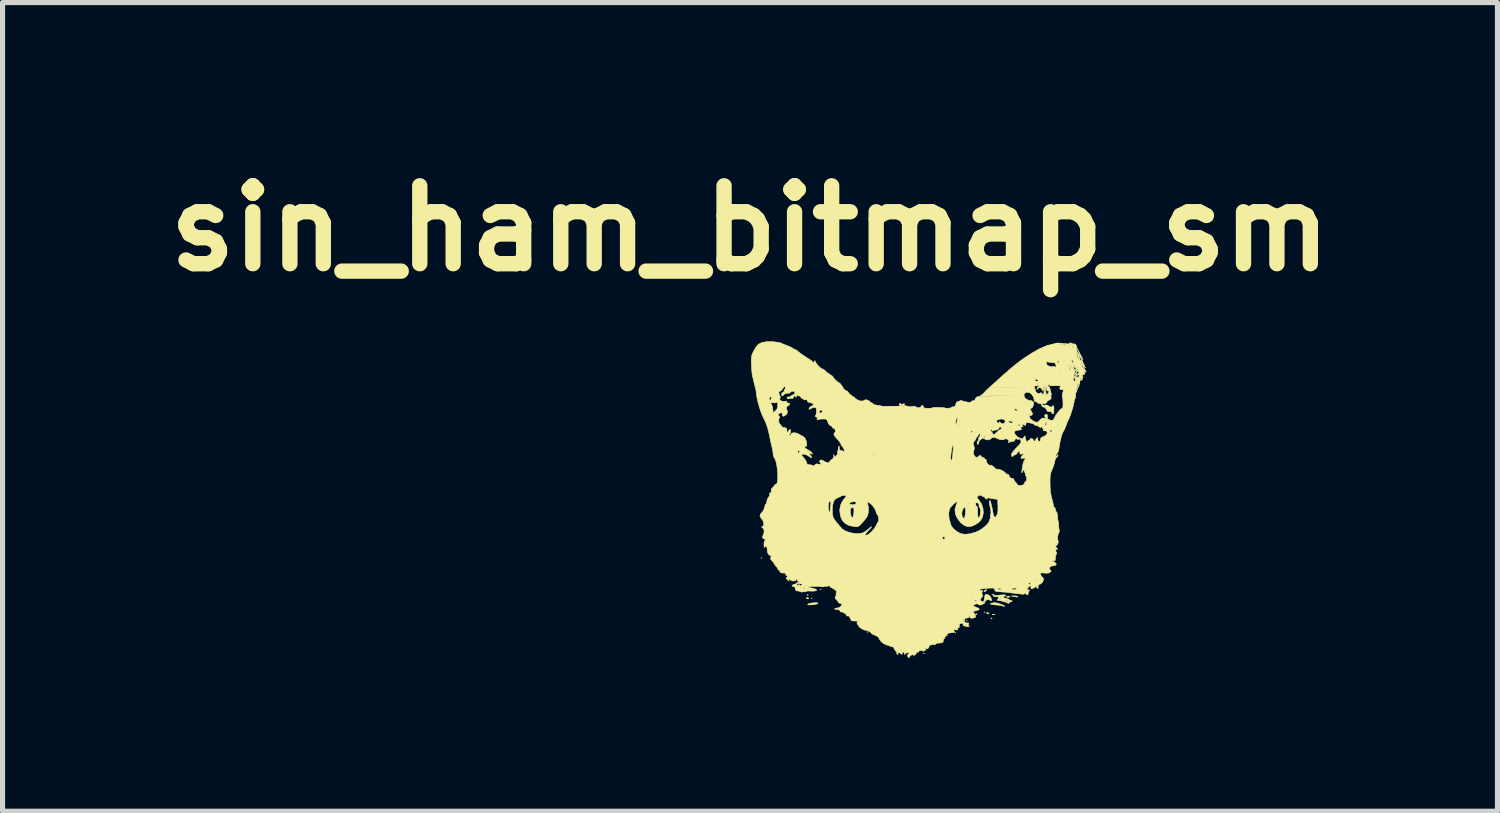
<source format=kicad_pcb>
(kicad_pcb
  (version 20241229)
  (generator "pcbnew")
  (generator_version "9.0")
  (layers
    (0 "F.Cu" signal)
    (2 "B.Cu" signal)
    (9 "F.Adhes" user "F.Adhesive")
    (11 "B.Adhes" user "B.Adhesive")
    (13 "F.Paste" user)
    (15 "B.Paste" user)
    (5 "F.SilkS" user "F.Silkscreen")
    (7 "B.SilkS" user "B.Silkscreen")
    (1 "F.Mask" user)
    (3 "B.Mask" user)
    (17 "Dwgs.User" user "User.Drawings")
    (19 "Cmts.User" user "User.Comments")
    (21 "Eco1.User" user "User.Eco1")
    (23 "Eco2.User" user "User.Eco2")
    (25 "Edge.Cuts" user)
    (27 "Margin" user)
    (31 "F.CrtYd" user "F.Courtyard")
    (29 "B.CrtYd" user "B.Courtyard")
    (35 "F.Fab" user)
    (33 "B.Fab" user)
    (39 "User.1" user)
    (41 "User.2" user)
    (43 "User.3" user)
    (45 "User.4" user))
  (footprint "sin_ham_bitmap_sm"
    (layer "F.Cu")
    (at 14.565 7.87)
    (property "Reference" "sin_ham_bitmap_sm" (at -2.946 -6.452 0) (layer "F.SilkS") (effects (font (size 1.524 1.524) (thickness 0.3))))
    (attr through_hole)
    (fp_poly (pts (xy -2.719 -0.007) (xy -2.727 0) (xy -2.734 -0.007) (xy -2.727 -0.015) (xy -2.719 -0.007)) (stroke (width 0.01) (type solid)) (fill yes) (layer "F.SilkS"))
    (fp_poly (pts (xy -1.733 0.784) (xy -1.741 0.792) (xy -1.748 0.784) (xy -1.741 0.777) (xy -1.733 0.784)) (stroke (width 0.01) (type solid)) (fill yes) (layer "F.SilkS"))
    (fp_poly (pts (xy -1.554 0.605) (xy -1.561 0.613) (xy -1.569 0.605) (xy -1.561 0.598) (xy -1.554 0.605)) (stroke (width 0.01) (type solid)) (fill yes) (layer "F.SilkS"))
    (fp_poly (pts (xy -0.642 1.442) (xy -0.65 1.449) (xy -0.657 1.442) (xy -0.65 1.434) (xy -0.642 1.442)) (stroke (width 0.01) (type solid)) (fill yes) (layer "F.SilkS"))
    (fp_poly (pts (xy 0.269 1.905) (xy 0.261 1.912) (xy 0.254 1.905) (xy 0.261 1.898) (xy 0.269 1.905)) (stroke (width 0.01) (type solid)) (fill yes) (layer "F.SilkS"))
    (fp_poly (pts (xy 0.448 1.815) (xy 0.441 1.823) (xy 0.433 1.815) (xy 0.441 1.808) (xy 0.448 1.815)) (stroke (width 0.01) (type solid)) (fill yes) (layer "F.SilkS"))
    (fp_poly (pts (xy 0.463 1.86) (xy 0.456 1.868) (xy 0.448 1.86) (xy 0.456 1.853) (xy 0.463 1.86)) (stroke (width 0.01) (type solid)) (fill yes) (layer "F.SilkS"))
    (fp_poly (pts (xy 1.076 1.457) (xy 1.068 1.464) (xy 1.061 1.457) (xy 1.068 1.449) (xy 1.076 1.457)) (stroke (width 0.01) (type solid)) (fill yes) (layer "F.SilkS"))
    (fp_poly (pts (xy 1.3 1.218) (xy 1.292 1.225) (xy 1.285 1.218) (xy 1.292 1.21) (xy 1.3 1.218)) (stroke (width 0.01) (type solid)) (fill yes) (layer "F.SilkS"))
    (fp_poly (pts (xy 1.644 1.053) (xy 1.636 1.061) (xy 1.629 1.053) (xy 1.636 1.046) (xy 1.644 1.053)) (stroke (width 0.01) (type solid)) (fill yes) (layer "F.SilkS"))
    (fp_poly (pts (xy -1.813 0.707) (xy -1.811 0.725) (xy -1.813 0.727) (xy -1.822 0.725) (xy -1.823 0.717) (xy -1.817 0.705) (xy -1.813 0.707)) (stroke (width 0.01) (type solid)) (fill yes) (layer "F.SilkS"))
    (fp_poly (pts (xy 1.489 1.081) (xy 1.491 1.098) (xy 1.489 1.101) (xy 1.48 1.099) (xy 1.479 1.091) (xy 1.485 1.078) (xy 1.489 1.081)) (stroke (width 0.01) (type solid)) (fill yes) (layer "F.SilkS"))
    (fp_poly (pts (xy 1.788 1.17) (xy 1.786 1.179) (xy 1.778 1.18) (xy 1.766 1.175) (xy 1.768 1.17) (xy 1.786 1.169) (xy 1.788 1.17)) (stroke (width 0.01) (type solid)) (fill yes) (layer "F.SilkS"))
    (fp_poly (pts (xy -1.805 0.774) (xy -1.798 0.787) (xy -1.816 0.792) (xy -1.823 0.792) (xy -1.847 0.789) (xy -1.844 0.778) (xy -1.841 0.774) (xy -1.82 0.764) (xy -1.805 0.774)) (stroke (width 0.01) (type solid)) (fill yes) (layer "F.SilkS"))
    (fp_poly (pts (xy 1.68 0.623) (xy 1.67 0.633) (xy 1.644 0.654) (xy 1.631 0.654) (xy 1.632 0.639) (xy 1.651 0.62) (xy 1.666 0.615) (xy 1.685 0.613) (xy 1.68 0.623)) (stroke (width 0.01) (type solid)) (fill yes) (layer "F.SilkS"))
    (fp_poly (pts (xy 1.718 1.069) (xy 1.726 1.076) (xy 1.727 1.089) (xy 1.709 1.087) (xy 1.688 1.076) (xy 1.674 1.064) (xy 1.688 1.061) (xy 1.691 1.061) (xy 1.718 1.069)) (stroke (width 0.01) (type solid)) (fill yes) (layer "F.SilkS"))
    (fp_poly (pts (xy 1.842 1.096) (xy 1.842 1.101) (xy 1.819 1.103) (xy 1.815 1.103) (xy 1.792 1.101) (xy 1.794 1.096) (xy 1.797 1.095) (xy 1.83 1.093) (xy 1.842 1.096)) (stroke (width 0.01) (type solid)) (fill yes) (layer "F.SilkS"))
    (fp_poly (pts (xy 2.135 0.745) (xy 2.137 0.75) (xy 2.124 0.759) (xy 2.097 0.762) (xy 2.071 0.759) (xy 2.067 0.752) (xy 2.088 0.742) (xy 2.116 0.74) (xy 2.135 0.745)) (stroke (width 0.01) (type solid)) (fill yes) (layer "F.SilkS"))
    (fp_poly (pts (xy 2.261 0.736) (xy 2.284 0.743) (xy 2.286 0.747) (xy 2.283 0.76) (xy 2.282 0.76) (xy 2.267 0.756) (xy 2.232 0.75) (xy 2.219 0.747) (xy 2.159 0.736) (xy 2.223 0.734) (xy 2.261 0.736)) (stroke (width 0.01) (type solid)) (fill yes) (layer "F.SilkS"))
    (fp_poly (pts (xy -1.626 0.87) (xy -1.614 0.878) (xy -1.627 0.888) (xy -1.662 0.898) (xy -1.711 0.906) (xy -1.764 0.911) (xy -1.791 0.911) (xy -1.816 0.909) (xy -1.815 0.898) (xy -1.811 0.894) (xy -1.789 0.883) (xy -1.75 0.875) (xy -1.704 0.87) (xy -1.66 0.868) (xy -1.626 0.87)) (stroke (width 0.01) (type solid)) (fill yes) (layer "F.SilkS"))
    (fp_poly (pts (xy 1.867 0.87) (xy 1.919 0.883) (xy 1.974 0.903) (xy 2.02 0.923) (xy 2.038 0.936) (xy 2.03 0.94) (xy 1.995 0.933) (xy 1.972 0.926) (xy 1.934 0.918) (xy 1.883 0.913) (xy 1.868 0.912) (xy 1.819 0.908) (xy 1.78 0.901) (xy 1.771 0.898) (xy 1.753 0.889) (xy 1.76 0.882) (xy 1.779 0.877) (xy 1.823 0.868) (xy 1.867 0.87)) (stroke (width 0.01) (type solid)) (fill yes) (layer "F.SilkS"))
    (fp_poly (pts (xy 1.817 0.709) (xy 1.827 0.715) (xy 1.853 0.723) (xy 1.894 0.724) (xy 1.905 0.723) (xy 1.96 0.717) (xy 1.993 0.714) (xy 2.015 0.714) (xy 2.034 0.715) (xy 2.039 0.715) (xy 2.058 0.719) (xy 2.053 0.727) (xy 2.033 0.738) (xy 2.008 0.753) (xy 2.009 0.763) (xy 2.029 0.775) (xy 2.067 0.789) (xy 2.091 0.792) (xy 2.116 0.798) (xy 2.122 0.807) (xy 2.134 0.819) (xy 2.152 0.822) (xy 2.176 0.828) (xy 2.181 0.837) (xy 2.169 0.849) (xy 2.152 0.852) (xy 2.127 0.858) (xy 2.122 0.867) (xy 2.115 0.88) (xy 2.093 0.876) (xy 2.059 0.86) (xy 2.013 0.843) (xy 1.984 0.837) (xy 2.062 0.837) (xy 2.073 0.851) (xy 2.077 0.852) (xy 2.091 0.84) (xy 2.092 0.837) (xy 2.08 0.822) (xy 2.077 0.822) (xy 2.062 0.833) (xy 2.062 0.837) (xy 1.984 0.837) (xy 1.953 0.83) (xy 1.894 0.822) (xy 1.891 0.822) (xy 1.887 0.814) (xy 1.895 0.804) (xy 1.911 0.777) (xy 1.942 0.777) (xy 1.948 0.789) (xy 1.952 0.787) (xy 1.954 0.769) (xy 1.952 0.767) (xy 1.943 0.769) (xy 1.942 0.777) (xy 1.911 0.777) (xy 1.911 0.777) (xy 1.907 0.756) (xy 1.886 0.75) (xy 1.84 0.75) (xy 1.816 0.743) (xy 1.815 0.732) (xy 1.811 0.719) (xy 1.798 0.716) (xy 1.783 0.712) (xy 1.79 0.707) (xy 1.817 0.709)) (stroke (width 0.01) (type solid)) (fill yes) (layer "F.SilkS"))
    (fp_poly (pts (xy 3.345 -4.189) (xy 3.37 -4.194) (xy 3.335 -4.208) (xy 3.308 -4.216) (xy 3.297 -4.207) (xy 3.307 -4.195) (xy 3.397 -4.14) (xy 3.359 -4.14) (xy 3.326 -4.202) (xy 3.339 -4.193) (xy 3.367 -4.189) (xy 3.405 -4.196) (xy 3.417 -4.185) (xy 3.432 -4.169) (xy 3.438 -4.138) (xy 3.438 -4.086) (xy 3.439 -4.029) (xy 3.445 -3.977) (xy 3.45 -3.954) (xy 3.461 -3.912) (xy 3.474 -3.856) (xy 3.481 -3.82) (xy 3.494 -3.769) (xy 3.506 -3.746) (xy 3.516 -3.75) (xy 3.521 -3.782) (xy 3.522 -3.807) (xy 3.527 -3.86) (xy 3.538 -3.892) (xy 3.365 -4.14) (xy 3.569 -3.881) (xy 3.425 -4.162) (xy 3.585 -3.788) (xy 3.594 -3.778) (xy 3.595 -3.776) (xy 3.598 -3.752) (xy 3.599 -3.744) (xy 3.613 -3.727) (xy 3.626 -3.725) (xy 3.505 -3.797) (xy 3.505 -3.785) (xy 3.454 -3.772) (xy 3.454 -3.848) (xy 3.63 -3.653) (xy 3.606 -3.655) (xy 3.601 -3.643) (xy 3.613 -3.624) (xy 3.353 -3.848) (xy 3.416 -3.797) (xy 3.467 -3.734) (xy 3.467 -3.708) (xy 3.442 -3.708) (xy 3.416 -3.772) (xy 3.391 -3.772) (xy 3.48 -3.721) (xy 3.48 -3.734) (xy 3.416 -3.759) (xy 3.315 -3.772) (xy 3.378 -3.747) (xy 3.442 -3.721) (xy 3.493 -3.721) (xy 3.289 -3.81) (xy 3.391 -3.785) (xy 3.365 -3.696) (xy 3.327 -3.785) (xy 3.239 -3.81) (xy 3.34 -3.759) (xy 3.34 -3.734) (xy 3.289 -3.797) (xy 3.251 -3.785) (xy 3.454 -3.645) (xy 3.429 -3.747) (xy 3.493 -3.734) (xy 3.302 -3.937) (xy 3.302 -3.658) (xy 3.34 -3.785) (xy 3.391 -3.835) (xy 3.556 -3.721) (xy 3.505 -3.721) (xy 3.353 -3.772) (xy 3.315 -3.81) (xy 3.327 -3.759) (xy 3.239 -3.81) (xy 3.378 -3.772) (xy 3.48 -3.645) (xy 3.15 -3.861) (xy 3.404 -3.658) (xy 3.264 -3.772) (xy 3.353 -3.759) (xy 3.264 -3.797) (xy 3.15 -3.797) (xy 3.162 -3.81) (xy 3.416 -4.102) (xy 3.315 -3.848) (xy 3.378 -4.039) (xy 3.454 -3.556) (xy 3.404 -3.988) (xy 3.404 -4.077) (xy 3.429 -3.988) (xy 3.619 -3.658) (xy 3.429 -4.051) (xy 3.543 -3.759) (xy 3.404 -4.191) (xy 3.585 -3.634) (xy 3.603 -3.605) (xy 3.567 -3.589) (xy 3.545 -3.574) (xy 3.569 -3.543) (xy 3.493 -3.493) (xy 3.505 -3.439) (xy 3.429 -3.236) (xy 3.505 -3.464) (xy 3.505 -3.49) (xy 3.48 -3.413) (xy 3.505 -3.505) (xy 3.502 -3.504) (xy 3.483 -3.531) (xy 3.505 -3.488) (xy 3.556 -3.523) (xy 3.551 -3.491) (xy 3.485 -3.469) (xy 3.404 -3.531) (xy 3.491 -3.639) (xy 3.324 -3.95) (xy 3.429 -3.556) (xy 3.493 -3.518) (xy 3.467 -3.429) (xy 3.48 -3.543) (xy 3.493 -3.581) (xy 3.429 -3.607) (xy 3.404 -3.658) (xy 3.378 -3.467) (xy 3.454 -3.467) (xy 3.404 -3.48) (xy 3.429 -3.467) (xy 3.393 -3.552) (xy 3.414 -3.56) (xy 3.429 -3.48) (xy 3.442 -3.505) (xy 3.416 -3.556) (xy 3.454 -3.454) (xy 3.442 -3.518) (xy 3.48 -3.454) (xy 3.48 -3.48) (xy 3.493 -3.416) (xy 3.482 -3.344) (xy 3.488 -3.372) (xy 3.492 -3.409) (xy 3.483 -3.421) (xy 3.469 -3.408) (xy 3.458 -3.38) (xy 3.449 -3.336) (xy 3.436 -3.287) (xy 3.436 -3.285) (xy 3.426 -3.231) (xy 3.422 -3.177) (xy 3.422 -3.177) (xy 3.418 -3.139) (xy 3.408 -3.116) (xy 3.407 -3.115) (xy 3.396 -3.094) (xy 3.392 -3.063) (xy 3.387 -3.028) (xy 3.374 -2.974) (xy 3.355 -2.908) (xy 3.334 -2.84) (xy 3.312 -2.779) (xy 3.293 -2.732) (xy 3.283 -2.714) (xy 3.267 -2.681) (xy 3.248 -2.633) (xy 3.236 -2.599) (xy 3.217 -2.549) (xy 3.197 -2.507) (xy 3.185 -2.489) (xy 3.169 -2.459) (xy 3.15 -2.407) (xy 3.132 -2.34) (xy 3.115 -2.265) (xy 3.102 -2.189) (xy 3.098 -2.155) (xy 3.085 -2.096) (xy 3.065 -2.056) (xy 3.061 -2.052) (xy 3.04 -2.024) (xy 3.034 -2.003) (xy 3.037 -1.989) (xy 3.049 -2) (xy 3.056 -2.008) (xy 3.072 -2.027) (xy 3.078 -2.021) (xy 3.078 -2.012) (xy 3.066 -1.986) (xy 3.05 -1.973) (xy 3.027 -1.945) (xy 3.014 -1.894) (xy 3.002 -1.844) (xy 2.982 -1.784) (xy 2.964 -1.74) (xy 2.942 -1.689) (xy 2.93 -1.643) (xy 2.924 -1.59) (xy 2.922 -1.519) (xy 2.922 -1.516) (xy 2.924 -1.385) (xy 2.934 -1.277) (xy 2.952 -1.185) (xy 2.964 -1.142) (xy 2.978 -1.093) (xy 2.987 -1.05) (xy 2.988 -1.035) (xy 2.998 -1.002) (xy 3.013 -0.988) (xy 3.03 -0.965) (xy 3.029 -0.95) (xy 3.032 -0.924) (xy 3.043 -0.913) (xy 3.059 -0.89) (xy 3.067 -0.842) (xy 3.069 -0.82) (xy 3.072 -0.771) (xy 3.079 -0.733) (xy 3.083 -0.72) (xy 3.091 -0.692) (xy 3.092 -0.653) (xy 3.092 -0.653) (xy 3.093 -0.604) (xy 3.1 -0.563) (xy 3.103 -0.526) (xy 3.096 -0.503) (xy 3.081 -0.471) (xy 3.071 -0.426) (xy 3.069 -0.383) (xy 3.076 -0.353) (xy 3.077 -0.351) (xy 3.083 -0.326) (xy 3.077 -0.293) (xy 3.062 -0.264) (xy 3.046 -0.253) (xy 3.034 -0.241) (xy 3.033 -0.231) (xy 3.041 -0.211) (xy 3.048 -0.209) (xy 3.061 -0.196) (xy 3.063 -0.182) (xy 3.06 -0.165) (xy 3.05 -0.176) (xy 3.048 -0.179) (xy 3.038 -0.189) (xy 3.034 -0.173) (xy 3.033 -0.16) (xy 3.038 -0.13) (xy 3.049 -0.119) (xy 3.055 -0.108) (xy 3.046 -0.085) (xy 3.032 -0.047) (xy 3.026 -0.000026) (xy 3.026 0.001) (xy 3.023 0.036) (xy 3.011 0.049) (xy 2.988 0.05) (xy 2.951 0.047) (xy 2.988 0.064) (xy 3.03 0.09) (xy 3.045 0.115) (xy 3.033 0.134) (xy 2.997 0.144) (xy 2.949 0.152) (xy 2.923 0.166) (xy 2.91 0.19) (xy 2.91 0.194) (xy 2.91 0.22) (xy 2.922 0.225) (xy 2.941 0.234) (xy 2.939 0.254) (xy 2.918 0.278) (xy 2.88 0.29) (xy 2.817 0.289) (xy 2.813 0.288) (xy 2.767 0.285) (xy 2.743 0.288) (xy 2.735 0.299) (xy 2.734 0.307) (xy 2.745 0.337) (xy 2.763 0.358) (xy 2.787 0.385) (xy 2.796 0.405) (xy 2.791 0.436) (xy 2.77 0.471) (xy 2.741 0.499) (xy 2.718 0.509) (xy 2.697 0.516) (xy 2.69 0.543) (xy 2.689 0.556) (xy 2.688 0.587) (xy 2.682 0.592) (xy 2.669 0.576) (xy 2.653 0.558) (xy 2.635 0.56) (xy 2.614 0.573) (xy 2.575 0.595) (xy 2.551 0.596) (xy 2.545 0.577) (xy 2.547 0.568) (xy 2.548 0.544) (xy 2.533 0.539) (xy 2.51 0.551) (xy 2.49 0.574) (xy 2.475 0.607) (xy 2.481 0.621) (xy 2.506 0.617) (xy 2.52 0.615) (xy 2.517 0.628) (xy 2.509 0.645) (xy 2.495 0.678) (xy 2.493 0.699) (xy 2.489 0.716) (xy 2.47 0.71) (xy 2.448 0.693) (xy 2.427 0.679) (xy 2.42 0.688) (xy 2.42 0.694) (xy 2.416 0.699) (xy 2.405 0.701) (xy 2.382 0.701) (xy 2.344 0.697) (xy 2.287 0.691) (xy 2.206 0.681) (xy 2.138 0.673) (xy 2.065 0.665) (xy 1.994 0.658) (xy 1.936 0.654) (xy 1.921 0.653) (xy 1.884 0.651) (xy 2.45 0.651) (xy 2.458 0.658) (xy 2.465 0.651) (xy 2.458 0.643) (xy 2.45 0.651) (xy 1.884 0.651) (xy 1.875 0.65) (xy 1.852 0.642) (xy 1.842 0.626) (xy 1.84 0.617) (xy 1.836 0.599) (xy 1.826 0.588) (xy 1.819 0.586) (xy 1.89 0.586) (xy 1.891 0.594) (xy 1.898 0.598) (xy 1.925 0.61) (xy 1.951 0.612) (xy 1.966 0.606) (xy 1.965 0.599) (xy 2.175 0.599) (xy 2.177 0.609) (xy 2.207 0.613) (xy 2.217 0.613) (xy 2.256 0.609) (xy 2.268 0.598) (xy 2.267 0.595) (xy 2.249 0.582) (xy 2.217 0.581) (xy 2.186 0.591) (xy 2.175 0.599) (xy 1.965 0.599) (xy 1.965 0.598) (xy 1.944 0.587) (xy 1.915 0.584) (xy 1.89 0.586) (xy 1.819 0.586) (xy 1.804 0.582) (xy 1.767 0.581) (xy 1.709 0.585) (xy 1.639 0.591) (xy 1.579 0.599) (xy 1.547 0.61) (xy 1.543 0.618) (xy 1.561 0.63) (xy 1.582 0.631) (xy 1.605 0.63) (xy 1.604 0.643) (xy 1.597 0.656) (xy 1.586 0.684) (xy 1.597 0.708) (xy 1.597 0.708) (xy 1.607 0.729) (xy 1.597 0.751) (xy 1.585 0.765) (xy 1.561 0.798) (xy 1.564 0.823) (xy 1.588 0.843) (xy 1.61 0.852) (xy 1.625 0.841) (xy 1.635 0.807) (xy 1.64 0.771) (xy 1.647 0.728) (xy 1.658 0.708) (xy 1.678 0.703) (xy 1.68 0.703) (xy 1.718 0.716) (xy 1.753 0.748) (xy 1.775 0.788) (xy 1.778 0.808) (xy 1.775 0.831) (xy 1.764 0.829) (xy 1.76 0.825) (xy 1.731 0.811) (xy 1.71 0.807) (xy 1.68 0.815) (xy 1.656 0.833) (xy 1.645 0.853) (xy 1.649 0.863) (xy 1.643 0.874) (xy 1.616 0.891) (xy 1.602 0.898) (xy 1.564 0.913) (xy 1.541 0.913) (xy 1.522 0.902) (xy 1.494 0.889) (xy 1.459 0.896) (xy 1.427 0.913) (xy 1.424 0.929) (xy 1.45 0.946) (xy 1.479 0.957) (xy 1.516 0.973) (xy 1.537 0.99) (xy 1.539 0.995) (xy 1.526 1.008) (xy 1.493 1.02) (xy 1.479 1.022) (xy 1.436 1.035) (xy 1.419 1.053) (xy 1.419 1.054) (xy 1.431 1.074) (xy 1.442 1.076) (xy 1.459 1.089) (xy 1.464 1.124) (xy 1.462 1.153) (xy 1.456 1.162) (xy 1.455 1.162) (xy 1.436 1.16) (xy 1.416 1.168) (xy 1.388 1.173) (xy 1.362 1.164) (xy 1.35 1.146) (xy 1.353 1.134) (xy 1.35 1.122) (xy 1.344 1.121) (xy 1.333 1.132) (xy 1.335 1.144) (xy 1.334 1.16) (xy 1.309 1.166) (xy 1.301 1.166) (xy 1.262 1.176) (xy 1.246 1.204) (xy 1.25 1.237) (xy 1.266 1.259) (xy 1.3 1.263) (xy 1.329 1.264) (xy 1.335 1.274) (xy 1.328 1.288) (xy 1.322 1.311) (xy 1.33 1.315) (xy 1.34 1.324) (xy 1.338 1.33) (xy 1.318 1.339) (xy 1.311 1.338) (xy 1.283 1.331) (xy 1.252 1.324) (xy 1.223 1.312) (xy 1.22 1.293) (xy 1.27 1.293) (xy 1.277 1.301) (xy 1.285 1.293) (xy 1.277 1.286) (xy 1.27 1.293) (xy 1.22 1.293) (xy 1.22 1.292) (xy 1.22 1.292) (xy 1.221 1.276) (xy 1.2 1.272) (xy 1.186 1.273) (xy 1.156 1.281) (xy 1.146 1.3) (xy 1.147 1.319) (xy 1.145 1.351) (xy 1.129 1.36) (xy 1.114 1.37) (xy 1.116 1.384) (xy 1.118 1.4) (xy 1.102 1.402) (xy 1.077 1.398) (xy 1.045 1.392) (xy 1.036 1.398) (xy 1.045 1.418) (xy 1.045 1.419) (xy 1.054 1.442) (xy 1.043 1.45) (xy 1.035 1.451) (xy 0.971 1.457) (xy 0.924 1.469) (xy 0.906 1.479) (xy 0.9 1.493) (xy 0.912 1.496) (xy 0.917 1.501) (xy 0.9 1.51) (xy 0.874 1.529) (xy 0.867 1.547) (xy 0.859 1.567) (xy 0.853 1.569) (xy 0.841 1.582) (xy 0.834 1.611) (xy 0.828 1.636) (xy 0.813 1.649) (xy 0.78 1.655) (xy 0.758 1.656) (xy 0.717 1.661) (xy 0.691 1.669) (xy 0.687 1.674) (xy 0.675 1.685) (xy 0.661 1.688) (xy 0.603 1.692) (xy 0.568 1.701) (xy 0.559 1.711) (xy 0.547 1.752) (xy 0.521 1.768) (xy 0.505 1.767) (xy 0.482 1.765) (xy 0.482 1.781) (xy 0.483 1.786) (xy 0.486 1.802) (xy 0.475 1.808) (xy 0.442 1.807) (xy 0.426 1.805) (xy 0.383 1.802) (xy 0.363 1.808) (xy 0.359 1.82) (xy 0.348 1.836) (xy 0.33 1.834) (xy 0.309 1.834) (xy 0.309 1.846) (xy 0.303 1.866) (xy 0.283 1.884) (xy 0.259 1.892) (xy 0.25 1.889) (xy 0.228 1.885) (xy 0.201 1.896) (xy 0.181 1.914) (xy 0.179 1.922) (xy 0.17 1.941) (xy 0.149 1.937) (xy 0.144 1.933) (xy 0.136 1.913) (xy 0.135 1.89) (xy 0.143 1.875) (xy 0.149 1.876) (xy 0.163 1.874) (xy 0.164 1.869) (xy 0.153 1.848) (xy 0.129 1.844) (xy 0.102 1.856) (xy 0.097 1.863) (xy 0.081 1.881) (xy 0.076 1.875) (xy 0.075 1.866) (xy 0.066 1.841) (xy 0.049 1.832) (xy 0.033 1.84) (xy 0.03 1.856) (xy 0.028 1.878) (xy 0.018 1.876) (xy 0.001 1.862) (xy -0.025 1.847) (xy -0.047 1.847) (xy -0.055 1.86) (xy -0.05 1.871) (xy -0.052 1.881) (xy -0.061 1.88) (xy -0.077 1.861) (xy -0.078 1.848) (xy -0.08 1.827) (xy -0.086 1.823) (xy -0.1 1.811) (xy -0.119 1.781) (xy -0.124 1.77) (xy -0.144 1.739) (xy -0.161 1.726) (xy -0.165 1.727) (xy -0.189 1.727) (xy -0.199 1.722) (xy -0.226 1.709) (xy -0.261 1.698) (xy -0.325 1.672) (xy -0.379 1.632) (xy -0.415 1.584) (xy -0.42 1.573) (xy -0.434 1.543) (xy -0.448 1.532) (xy -0.449 1.533) (xy -0.462 1.531) (xy -0.463 1.527) (xy -0.476 1.514) (xy -0.507 1.502) (xy -0.508 1.502) (xy -0.543 1.489) (xy -0.564 1.474) (xy -0.565 1.472) (xy -0.553 1.472) (xy -0.545 1.48) (xy -0.538 1.472) (xy -0.545 1.465) (xy -0.553 1.472) (xy -0.565 1.472) (xy -0.585 1.451) (xy -0.617 1.428) (xy -0.648 1.412) (xy -0.668 1.41) (xy -0.668 1.41) (xy -0.69 1.409) (xy -0.725 1.395) (xy -0.765 1.374) (xy -0.798 1.353) (xy 1.076 1.353) (xy 1.083 1.36) (xy 1.091 1.353) (xy 1.083 1.345) (xy 1.076 1.353) (xy -0.798 1.353) (xy -0.799 1.352) (xy -0.818 1.332) (xy -0.819 1.33) (xy -0.834 1.302) (xy -0.844 1.292) (xy -0.856 1.27) (xy -0.85 1.251) (xy -0.844 1.235) (xy -0.856 1.228) (xy -0.89 1.226) (xy -0.9 1.226) (xy -0.942 1.224) (xy -0.954 1.218) (xy -0.822 1.218) (xy -0.814 1.226) (xy -0.807 1.218) (xy -0.814 1.211) (xy -0.822 1.218) (xy -0.954 1.218) (xy -0.965 1.213) (xy -0.971 1.203) (xy 1.21 1.203) (xy 1.218 1.211) (xy 1.225 1.203) (xy 1.218 1.196) (xy 1.21 1.203) (xy -0.971 1.203) (xy -0.981 1.186) (xy -0.986 1.173) (xy -1.005 1.137) (xy -1.025 1.125) (xy -1.036 1.127) (xy -1.055 1.129) (xy -1.055 1.125) (xy -1.057 1.11) (xy -1.077 1.088) (xy -1.106 1.067) (xy -1.135 1.053) (xy -1.151 1.051) (xy -1.177 1.046) (xy -1.185 1.03) (xy -1.199 1.01) (xy -1.232 1.002) (xy -1.247 1.002) (xy -1.282 0.998) (xy -1.293 0.989) (xy -1.292 0.987) (xy -1.272 0.976) (xy -1.242 0.972) (xy -1.202 0.961) (xy -1.168 0.936) (xy -1.151 0.905) (xy -1.15 0.9) (xy -1.163 0.886) (xy -1.181 0.882) (xy -1.21 0.871) (xy -1.22 0.856) (xy -1.239 0.827) (xy -1.242 0.823) (xy 1.441 0.823) (xy 1.446 0.834) (xy 1.463 0.837) (xy 1.488 0.835) (xy 1.494 0.831) (xy 1.482 0.82) (xy 1.459 0.816) (xy 1.442 0.823) (xy 1.441 0.823) (xy -1.242 0.823) (xy -1.261 0.804) (xy -1.282 0.782) (xy -1.28 0.763) (xy 1.375 0.763) (xy 1.38 0.775) (xy 1.385 0.773) (xy 1.386 0.755) (xy 1.385 0.753) (xy 1.376 0.755) (xy 1.375 0.763) (xy -1.28 0.763) (xy -1.28 0.76) (xy -1.273 0.748) (xy -1.262 0.718) (xy -1.264 0.701) (xy -1.262 0.68) (xy -1.255 0.673) (xy -1.249 0.656) (xy -1.252 0.651) (xy -1.165 0.651) (xy -1.158 0.658) (xy -1.15 0.651) (xy -1.158 0.643) (xy -1.165 0.651) (xy -1.252 0.651) (xy -1.265 0.631) (xy -1.299 0.604) (xy -1.341 0.582) (xy -1.373 0.563) (xy -1.389 0.543) (xy -1.39 0.54) (xy -1.393 0.531) (xy 2.66 0.531) (xy 2.667 0.539) (xy 2.674 0.531) (xy 2.667 0.524) (xy 2.66 0.531) (xy -1.393 0.531) (xy -1.394 0.528) (xy -1.411 0.538) (xy -1.437 0.549) (xy -1.448 0.547) (xy -1.473 0.545) (xy -1.492 0.552) (xy -1.518 0.561) (xy -1.53 0.558) (xy -1.548 0.554) (xy -1.588 0.551) (xy -1.64 0.55) (xy -1.696 0.55) (xy -1.748 0.551) (xy -1.786 0.554) (xy -1.803 0.558) (xy -1.795 0.566) (xy -1.766 0.574) (xy -1.753 0.577) (xy -1.689 0.592) (xy -1.652 0.609) (xy -1.642 0.624) (xy -1.66 0.636) (xy -1.705 0.641) (xy -1.748 0.641) (xy -1.8 0.639) (xy -1.837 0.642) (xy -1.853 0.648) (xy -1.853 0.648) (xy -1.865 0.656) (xy -1.883 0.654) (xy -1.91 0.653) (xy -1.92 0.658) (xy -1.937 0.661) (xy -1.967 0.651) (xy -2.001 0.638) (xy -2.024 0.638) (xy -2.044 0.632) (xy -2.06 0.604) (xy -2.067 0.573) (xy -1.967 0.573) (xy -1.965 0.582) (xy -1.957 0.583) (xy -1.905 0.583) (xy -1.904 0.597) (xy -1.898 0.598) (xy -1.883 0.587) (xy -1.883 0.583) (xy -1.888 0.569) (xy -1.889 0.568) (xy -1.902 0.579) (xy -1.905 0.583) (xy -1.957 0.583) (xy -1.945 0.578) (xy -1.947 0.573) (xy -1.965 0.572) (xy -1.967 0.573) (xy -2.067 0.573) (xy -2.068 0.568) (xy -2.082 0.551) (xy -2.103 0.548) (xy -2.126 0.546) (xy -2.123 0.533) (xy -2.12 0.529) (xy -2.101 0.516) (xy -2.032 0.516) (xy -2.024 0.536) (xy -2.007 0.534) (xy -1.997 0.52) (xy -1.987 0.51) (xy -1.975 0.522) (xy -1.955 0.534) (xy -1.944 0.532) (xy -1.941 0.529) (xy -1.893 0.529) (xy -1.89 0.537) (xy -1.883 0.539) (xy -1.87 0.533) (xy -1.871 0.531) (xy -1.838 0.531) (xy -1.83 0.539) (xy -1.823 0.531) (xy -1.83 0.524) (xy -1.838 0.531) (xy -1.871 0.531) (xy -1.873 0.529) (xy -1.89 0.527) (xy -1.893 0.529) (xy -1.941 0.529) (xy -1.927 0.514) (xy -1.938 0.5) (xy -1.972 0.494) (xy -1.98 0.494) (xy 2.495 0.494) (xy 2.507 0.507) (xy 2.518 0.509) (xy 2.537 0.501) (xy 2.54 0.494) (xy 2.528 0.48) (xy 2.518 0.479) (xy 2.498 0.487) (xy 2.495 0.494) (xy -1.98 0.494) (xy -2.018 0.499) (xy -2.032 0.514) (xy -2.032 0.516) (xy -2.101 0.516) (xy -2.094 0.511) (xy -2.081 0.509) (xy -2.054 0.499) (xy -2.037 0.486) (xy -2.014 0.471) (xy -2.001 0.472) (xy -1.988 0.471) (xy -1.987 0.466) (xy -1.999 0.449) (xy -2.011 0.443) (xy -2.026 0.428) (xy -2.025 0.424) (xy 2.62 0.424) (xy 2.622 0.433) (xy 2.63 0.434) (xy 2.642 0.428) (xy 2.64 0.424) (xy 2.622 0.422) (xy 2.62 0.424) (xy -2.025 0.424) (xy -2.025 0.419) (xy -2.026 0.405) (xy -2.031 0.404) (xy -2.046 0.416) (xy -2.047 0.423) (xy -2.059 0.438) (xy -2.088 0.444) (xy -2.122 0.441) (xy -2.149 0.429) (xy -2.152 0.426) (xy -2.175 0.406) (xy -2.188 0.409) (xy -2.186 0.43) (xy -2.185 0.442) (xy -2.2 0.433) (xy -2.215 0.419) (xy -2.239 0.393) (xy -2.24 0.38) (xy -2.233 0.377) (xy -2.214 0.368) (xy -2.218 0.352) (xy -2.234 0.335) (xy -2.249 0.312) (xy -2.249 0.3) (xy -2.253 0.289) (xy -2.26 0.289) (xy -2.321 0.287) (xy -2.35 0.277) (xy 2.689 0.277) (xy 2.697 0.285) (xy 2.704 0.277) (xy 2.697 0.27) (xy 2.689 0.277) (xy -2.35 0.277) (xy -2.354 0.276) (xy -2.361 0.262) (xy -2.373 0.237) (xy -2.383 0.23) (xy -2.403 0.212) (xy -2.406 0.201) (xy -2.417 0.177) (xy -2.426 0.169) (xy -2.446 0.149) (xy -2.469 0.114) (xy -2.471 0.11) (xy -2.493 0.074) (xy -2.514 0.051) (xy -2.515 0.05) (xy -2.541 0.02) (xy -2.542 -0.021) (xy -2.536 -0.035) (xy -2.529 -0.056) (xy -2.541 -0.056) (xy -2.543 -0.055) (xy -2.566 -0.061) (xy -2.589 -0.085) (xy -2.606 -0.118) (xy -2.609 -0.134) (xy -2.611 -0.165) (xy -2.612 -0.197) (xy -2.622 -0.228) (xy -2.64 -0.239) (xy -2.658 -0.226) (xy -2.664 -0.212) (xy -2.668 -0.211) (xy -2.671 -0.234) (xy -2.673 -0.265) (xy -2.671 -0.309) (xy -2.665 -0.337) (xy -2.66 -0.343) (xy -2.645 -0.351) (xy -2.649 -0.367) (xy -2.669 -0.382) (xy -2.674 -0.384) (xy -2.686 -0.39) (xy 0.814 -0.39) (xy 0.815 -0.386) (xy 0.835 -0.374) (xy 0.857 -0.377) (xy 0.867 -0.393) (xy 0.86 -0.418) (xy 0.857 -0.423) (xy 0.84 -0.424) (xy 0.821 -0.409) (xy 0.814 -0.39) (xy -2.686 -0.39) (xy -2.699 -0.398) (xy -2.702 -0.425) (xy -2.684 -0.468) (xy -2.671 -0.511) (xy -2.673 -0.553) (xy -2.688 -0.585) (xy -2.699 -0.592) (xy -2.717 -0.608) (xy -2.714 -0.623) (xy -2.698 -0.627) (xy -2.681 -0.639) (xy -2.677 -0.669) (xy -2.684 -0.709) (xy -2.701 -0.75) (xy -2.721 -0.778) (xy -2.746 -0.81) (xy -2.752 -0.834) (xy -2.744 -0.859) (xy -2.728 -0.886) (xy -2.716 -0.896) (xy -2.701 -0.909) (xy -2.683 -0.94) (xy -2.666 -0.979) (xy -2.657 -1.017) (xy -2.656 -1.022) (xy -2.655 -1.027) (xy -1.413 -1.027) (xy -1.411 -0.978) (xy -1.405 -0.934) (xy -1.395 -0.904) (xy -1.384 -0.896) (xy -1.382 -0.909) (xy -1.38 -0.944) (xy -1.379 -0.949) (xy -1.336 -0.949) (xy -1.333 -0.881) (xy -1.326 -0.825) (xy -1.316 -0.791) (xy -1.295 -0.759) (xy -1.261 -0.714) (xy -1.22 -0.664) (xy -1.18 -0.616) (xy -1.147 -0.581) (xy -1.136 -0.57) (xy -1.075 -0.533) (xy -0.996 -0.505) (xy -0.91 -0.488) (xy -0.825 -0.484) (xy -0.753 -0.495) (xy -0.734 -0.501) (xy -0.69 -0.526) (xy -0.642 -0.562) (xy -0.624 -0.578) (xy -0.593 -0.606) (xy -0.572 -0.619) (xy -0.568 -0.618) (xy -0.578 -0.6) (xy -0.603 -0.57) (xy -0.628 -0.545) (xy -0.661 -0.509) (xy -0.682 -0.48) (xy -0.687 -0.467) (xy -0.684 -0.451) (xy -0.67 -0.45) (xy -0.639 -0.464) (xy -0.63 -0.469) (xy -0.628 -0.47) (xy 0.822 -0.47) (xy 0.829 -0.463) (xy 0.837 -0.47) (xy 0.829 -0.477) (xy 0.822 -0.47) (xy -0.628 -0.47) (xy -0.594 -0.496) (xy -0.59 -0.5) (xy 1.016 -0.5) (xy 1.023 -0.492) (xy 1.031 -0.5) (xy 1.023 -0.507) (xy 1.016 -0.5) (xy -0.59 -0.5) (xy -0.552 -0.539) (xy -0.512 -0.589) (xy -0.482 -0.637) (xy -0.469 -0.667) (xy -0.457 -0.694) (xy -0.447 -0.702) (xy -0.437 -0.714) (xy -0.432 -0.746) (xy -0.434 -0.786) (xy -0.44 -0.825) (xy -0.45 -0.851) (xy -0.456 -0.856) (xy -0.474 -0.877) (xy -0.475 -0.882) (xy 0.94 -0.882) (xy 0.947 -0.786) (xy 0.977 -0.673) (xy 0.989 -0.64) (xy 1.014 -0.601) (xy 1.058 -0.557) (xy 1.112 -0.517) (xy 1.168 -0.487) (xy 1.179 -0.483) (xy 1.254 -0.47) (xy 1.346 -0.479) (xy 1.453 -0.508) (xy 1.481 -0.518) (xy 1.54 -0.546) (xy 1.599 -0.584) (xy 1.654 -0.628) (xy 1.699 -0.672) (xy 1.727 -0.711) (xy 1.733 -0.733) (xy 1.74 -0.76) (xy 1.747 -0.768) (xy 1.756 -0.788) (xy 1.753 -0.799) (xy 1.752 -0.828) (xy 1.76 -0.863) (xy 1.766 -0.9) (xy 1.761 -0.952) (xy 1.749 -1.005) (xy 1.738 -1.057) (xy 1.732 -1.099) (xy 1.734 -1.121) (xy 1.734 -1.121) (xy 1.748 -1.129) (xy 1.752 -1.125) (xy 1.76 -1.102) (xy 1.771 -1.059) (xy 1.784 -1.004) (xy 1.796 -0.947) (xy 1.806 -0.895) (xy 1.811 -0.859) (xy 1.811 -0.859) (xy 1.821 -0.829) (xy 1.839 -0.81) (xy 1.857 -0.805) (xy 1.867 -0.819) (xy 1.868 -0.826) (xy 1.878 -0.85) (xy 1.886 -0.855) (xy 1.894 -0.871) (xy 1.9 -0.91) (xy 1.903 -0.962) (xy 1.903 -1.021) (xy 1.899 -1.075) (xy 1.899 -1.109) (xy 1.901 -1.127) (xy 1.898 -1.148) (xy 1.879 -1.157) (xy 1.852 -1.159) (xy 1.8 -1.165) (xy 1.746 -1.176) (xy 1.744 -1.177) (xy 1.71 -1.184) (xy 1.695 -1.183) (xy 1.696 -1.18) (xy 1.691 -1.165) (xy 1.681 -1.159) (xy 1.662 -1.162) (xy 1.658 -1.173) (xy 1.649 -1.192) (xy 1.641 -1.195) (xy 1.617 -1.204) (xy 1.596 -1.219) (xy 1.569 -1.236) (xy 1.539 -1.23) (xy 1.531 -1.227) (xy 1.504 -1.21) (xy 1.497 -1.191) (xy 1.512 -1.162) (xy 1.537 -1.132) (xy 1.584 -1.058) (xy 1.611 -0.974) (xy 1.617 -0.887) (xy 1.6 -0.805) (xy 1.571 -0.749) (xy 1.523 -0.7) (xy 1.457 -0.657) (xy 1.386 -0.627) (xy 1.359 -0.621) (xy 1.301 -0.621) (xy 1.244 -0.644) (xy 1.183 -0.691) (xy 1.162 -0.712) (xy 1.103 -0.79) (xy 1.071 -0.867) (xy 1.196 -0.867) (xy 1.207 -0.812) (xy 1.212 -0.804) (xy 1.23 -0.784) (xy 1.246 -0.792) (xy 1.259 -0.827) (xy 1.266 -0.879) (xy 1.269 -0.929) (xy 1.266 -0.969) (xy 1.263 -0.981) (xy 1.254 -0.997) (xy 1.242 -0.993) (xy 1.224 -0.973) (xy 1.202 -0.925) (xy 1.196 -0.867) (xy 1.071 -0.867) (xy 1.069 -0.873) (xy 1.062 -0.956) (xy 1.084 -1.037) (xy 1.084 -1.038) (xy 1.3 -1.038) (xy 1.307 -1.03) (xy 1.315 -1.038) (xy 1.307 -1.045) (xy 1.3 -1.038) (xy 1.084 -1.038) (xy 1.085 -1.039) (xy 1.091 -1.054) (xy 1.465 -1.054) (xy 1.474 -1.03) (xy 1.486 -1.021) (xy 1.503 -1) (xy 1.506 -0.973) (xy 1.505 -0.913) (xy 1.507 -0.858) (xy 1.513 -0.815) (xy 1.521 -0.793) (xy 1.524 -0.791) (xy 1.542 -0.803) (xy 1.546 -0.81) (xy 1.558 -0.866) (xy 1.561 -0.922) (xy 1.556 -0.968) (xy 1.545 -0.992) (xy 1.531 -1.017) (xy 1.532 -1.031) (xy 1.532 -1.054) (xy 1.514 -1.078) (xy 1.488 -1.09) (xy 1.485 -1.09) (xy 1.468 -1.079) (xy 1.465 -1.054) (xy 1.091 -1.054) (xy 1.096 -1.068) (xy 1.315 -1.068) (xy 1.322 -1.06) (xy 1.33 -1.068) (xy 1.322 -1.075) (xy 1.315 -1.068) (xy 1.096 -1.068) (xy 1.099 -1.076) (xy 1.103 -1.103) (xy 1.103 -1.106) (xy 1.091 -1.106) (xy 1.066 -1.089) (xy 1.034 -1.061) (xy 1.001 -1.026) (xy 0.973 -0.992) (xy 0.956 -0.963) (xy 0.956 -0.962) (xy 0.94 -0.882) (xy -0.475 -0.882) (xy -0.478 -0.896) (xy -0.488 -0.935) (xy -0.515 -0.983) (xy -0.551 -1.032) (xy -0.591 -1.07) (xy -0.595 -1.074) (xy -0.631 -1.097) (xy -0.648 -1.101) (xy -0.648 -1.084) (xy -0.641 -1.057) (xy -0.629 -0.98) (xy -0.631 -0.902) (xy -0.648 -0.834) (xy -0.651 -0.828) (xy -0.674 -0.791) (xy -0.71 -0.744) (xy -0.751 -0.696) (xy -0.752 -0.695) (xy -0.792 -0.653) (xy -0.82 -0.629) (xy -0.845 -0.619) (xy -0.874 -0.618) (xy -0.9 -0.62) (xy -1.002 -0.64) (xy -1.08 -0.678) (xy -1.137 -0.735) (xy -1.173 -0.812) (xy -1.181 -0.843) (xy -1.19 -0.926) (xy -0.984 -0.926) (xy -0.981 -0.892) (xy -0.97 -0.831) (xy -0.956 -0.8) (xy -0.941 -0.797) (xy -0.928 -0.823) (xy -0.917 -0.877) (xy -0.915 -0.901) (xy -0.914 -0.959) (xy -0.925 -0.991) (xy -0.946 -0.996) (xy -0.966 -0.984) (xy -0.98 -0.962) (xy -0.984 -0.926) (xy -1.19 -0.926) (xy -1.192 -0.945) (xy -1.176 -1.04) (xy -1.158 -1.077) (xy -1.001 -1.077) (xy -0.996 -1.062) (xy -0.976 -1.054) (xy -0.936 -1.05) (xy -0.893 -1.055) (xy -0.875 -1.071) (xy -0.869 -1.093) (xy -0.881 -1.102) (xy -0.904 -1.106) (xy -0.939 -1.106) (xy -0.974 -1.097) (xy -0.997 -1.084) (xy -1.001 -1.077) (xy -1.158 -1.077) (xy -1.136 -1.123) (xy -1.113 -1.152) (xy -1.084 -1.187) (xy -1.068 -1.213) (xy -1.067 -1.222) (xy -1.087 -1.231) (xy -1.121 -1.23) (xy -1.155 -1.222) (xy -1.168 -1.214) (xy -1.196 -1.199) (xy -1.233 -1.184) (xy -1.28 -1.157) (xy -1.312 -1.109) (xy -1.33 -1.038) (xy -1.336 -0.949) (xy -1.379 -0.949) (xy -1.378 -0.974) (xy -1.374 -1.024) (xy -1.369 -1.064) (xy -1.366 -1.078) (xy -1.367 -1.103) (xy -1.381 -1.114) (xy -1.398 -1.104) (xy -1.399 -1.102) (xy -1.409 -1.071) (xy -1.413 -1.027) (xy -2.655 -1.027) (xy -2.649 -1.051) (xy -2.638 -1.06) (xy -2.626 -1.073) (xy -2.619 -1.106) (xy -2.618 -1.113) (xy -2.607 -1.158) (xy -2.585 -1.195) (xy -2.584 -1.195) (xy -2.562 -1.232) (xy -2.563 -1.255) (xy -2.563 -1.279) (xy -2.547 -1.284) (xy -2.529 -1.291) (xy -2.53 -1.317) (xy -2.531 -1.321) (xy -2.531 -1.354) (xy -2.507 -1.383) (xy -2.503 -1.386) (xy -2.477 -1.412) (xy -2.465 -1.432) (xy -2.465 -1.432) (xy -2.453 -1.447) (xy -2.444 -1.449) (xy -2.426 -1.456) (xy -2.414 -1.48) (xy -2.408 -1.525) (xy -2.405 -1.591) (xy -2.407 -1.685) (xy -2.408 -1.698) (xy -1.833 -1.698) (xy -1.831 -1.689) (xy -1.823 -1.688) (xy -1.811 -1.693) (xy -1.813 -1.698) (xy -1.831 -1.699) (xy -1.833 -1.698) (xy -2.408 -1.698) (xy -2.416 -1.777) (xy -2.431 -1.86) (xy -2.451 -1.927) (xy -2.474 -1.972) (xy -2.475 -1.973) (xy -2.49 -2.004) (xy -2.495 -2.044) (xy -2.499 -2.084) (xy -2.014 -2.084) (xy -2.007 -2.065) (xy -1.995 -2.061) (xy -1.976 -2.072) (xy -1.975 -2.087) (xy -1.983 -2.101) (xy -1.818 -2.101) (xy -1.816 -2.092) (xy -1.808 -2.091) (xy -1.796 -2.097) (xy -1.798 -2.101) (xy -1.816 -2.103) (xy -1.818 -2.101) (xy -1.983 -2.101) (xy -1.988 -2.108) (xy -2.005 -2.105) (xy -2.014 -2.084) (xy -2.499 -2.084) (xy -2.499 -2.085) (xy -2.509 -2.141) (xy -2.517 -2.177) (xy -2.53 -2.231) (xy -2.546 -2.302) (xy -2.561 -2.379) (xy -2.568 -2.412) (xy -2.59 -2.507) (xy -2.619 -2.6) (xy -2.648 -2.674) (xy -2.677 -2.736) (xy -2.704 -2.795) (xy -2.719 -2.828) (xy -2.398 -2.828) (xy -2.395 -2.812) (xy -2.384 -2.791) (xy -2.37 -2.776) (xy -2.365 -2.758) (xy -2.374 -2.743) (xy -2.385 -2.711) (xy -2.382 -2.669) (xy -2.368 -2.632) (xy -2.355 -2.618) (xy -2.334 -2.595) (xy -2.326 -2.58) (xy -2.303 -2.559) (xy -2.272 -2.554) (xy -2.24 -2.551) (xy -2.228 -2.534) (xy -2.226 -2.509) (xy -2.221 -2.475) (xy -2.208 -2.466) (xy -2.193 -2.483) (xy -2.189 -2.495) (xy -2.175 -2.519) (xy -2.165 -2.524) (xy -2.155 -2.512) (xy -2.152 -2.484) (xy -2.156 -2.453) (xy -2.167 -2.433) (xy -2.17 -2.43) (xy -2.181 -2.42) (xy -2.17 -2.404) (xy -2.155 -2.392) (xy -2.152 -2.407) (xy -2.152 -2.409) (xy -2.14 -2.439) (xy -2.108 -2.455) (xy -2.063 -2.456) (xy -2.012 -2.441) (xy -1.97 -2.418) (xy -1.938 -2.398) (xy -1.917 -2.39) (xy -1.917 -2.39) (xy -1.9 -2.379) (xy -1.875 -2.352) (xy -1.87 -2.346) (xy -1.852 -2.31) (xy -1.84 -2.268) (xy -1.836 -2.228) (xy -1.841 -2.198) (xy -1.854 -2.185) (xy -1.86 -2.186) (xy -1.879 -2.188) (xy -1.883 -2.183) (xy -1.87 -2.162) (xy -1.838 -2.136) (xy -1.796 -2.112) (xy -1.79 -2.11) (xy -1.754 -2.086) (xy -1.733 -2.061) (xy -1.723 -2.039) (xy -1.732 -2.038) (xy -1.746 -2.045) (xy -1.777 -2.059) (xy -1.786 -2.055) (xy -1.773 -2.03) (xy -1.765 -2.018) (xy -1.745 -1.985) (xy -1.744 -1.967) (xy -1.76 -1.969) (xy -1.779 -1.984) (xy -1.815 -2.01) (xy -1.859 -2.029) (xy -1.9 -2.039) (xy -1.928 -2.036) (xy -1.931 -2.034) (xy -1.933 -2.015) (xy -1.911 -1.983) (xy -1.899 -1.971) (xy -1.867 -1.931) (xy -1.846 -1.891) (xy -1.843 -1.88) (xy -1.831 -1.849) (xy -1.817 -1.835) (xy -1.79 -1.832) (xy -1.766 -1.83) (xy -1.735 -1.823) (xy -1.723 -1.817) (xy -1.708 -1.808) (xy -1.688 -1.817) (xy -1.674 -1.83) (xy -1.404 -1.83) (xy -1.397 -1.822) (xy -1.39 -1.83) (xy -1.397 -1.837) (xy -1.404 -1.83) (xy -1.674 -1.83) (xy -1.671 -1.832) (xy -1.644 -1.848) (xy -1.613 -1.843) (xy -1.607 -1.84) (xy -1.579 -1.833) (xy -1.56 -1.838) (xy -1.558 -1.851) (xy -1.569 -1.859) (xy -1.581 -1.881) (xy -1.584 -1.899) (xy -1.576 -1.921) (xy -1.55 -1.924) (xy -1.517 -1.913) (xy -1.502 -1.902) (xy -1.477 -1.887) (xy -1.439 -1.875) (xy -1.438 -1.875) (xy -1.404 -1.871) (xy -1.391 -1.879) (xy -1.39 -1.889) (xy -1.377 -1.914) (xy -1.363 -1.923) (xy -1.334 -1.943) (xy 0.978 -1.943) (xy 0.981 -1.923) (xy 0.993 -1.917) (xy 1.004 -1.94) (xy 1.014 -1.992) (xy 1.022 -2.074) (xy 1.023 -2.091) (xy 1.027 -2.161) (xy 1.027 -2.204) (xy 1.022 -2.219) (xy 1.019 -2.218) (xy 1.011 -2.197) (xy 1.002 -2.154) (xy 0.993 -2.099) (xy 0.985 -2.04) (xy 0.98 -1.985) (xy 0.978 -1.943) (xy -1.334 -1.943) (xy -1.325 -1.95) (xy -1.309 -1.989) (xy -1.31 -2.008) (xy -1.313 -2.026) (xy -1.305 -2.02) (xy -1.294 -2.001) (xy -1.277 -1.979) (xy -1.271 -1.984) (xy -1.271 -1.989) (xy -1.258 -2.015) (xy -1.247 -2.022) (xy -1.231 -2.041) (xy -1.232 -2.046) (xy -1.21 -2.046) (xy -1.205 -2.034) (xy -1.2 -2.036) (xy -1.198 -2.054) (xy -1.2 -2.056) (xy -1.209 -2.054) (xy -1.21 -2.046) (xy -1.232 -2.046) (xy -1.233 -2.06) (xy -0.534 -2.06) (xy -0.531 -2.045) (xy -0.529 -2.042) (xy -0.518 -2.024) (xy -0.511 -2.024) (xy -0.513 -2.039) (xy -0.521 -2.05) (xy -0.534 -2.06) (xy -1.233 -2.06) (xy -1.233 -2.067) (xy -1.234 -2.098) (xy -1.226 -2.113) (xy -1.216 -2.134) (xy -1.218 -2.151) (xy -1.217 -2.179) (xy -1.208 -2.189) (xy -1.196 -2.191) (xy -1.2 -2.176) (xy -1.2 -2.151) (xy -1.193 -2.142) (xy -1.188 -2.128) (xy -1.197 -2.118) (xy -1.206 -2.109) (xy -1.187 -2.11) (xy -1.184 -2.111) (xy -1.155 -2.111) (xy -1.142 -2.105) (xy -1.121 -2.092) (xy -1.113 -2.091) (xy -1.101 -2.095) (xy -1.102 -2.113) (xy -1.112 -2.139) (xy -1.13 -2.173) (xy -1.147 -2.192) (xy -1.149 -2.193) (xy -1.163 -2.21) (xy -1.165 -2.225) (xy -1.175 -2.25) (xy -1.18 -2.256) (xy 1.421 -2.256) (xy 1.425 -2.229) (xy 1.435 -2.196) (xy 1.442 -2.146) (xy 1.432 -2.109) (xy 1.423 -2.072) (xy 1.429 -2.034) (xy 1.446 -2.001) (xy 1.469 -1.979) (xy 1.495 -1.975) (xy 1.515 -1.99) (xy 1.542 -2.014) (xy 1.565 -2.01) (xy 1.574 -1.994) (xy 1.594 -1.976) (xy 1.614 -1.972) (xy 1.635 -1.966) (xy 1.636 -1.957) (xy 1.639 -1.944) (xy 1.65 -1.942) (xy 1.672 -1.93) (xy 1.675 -1.919) (xy 1.68 -1.887) (xy 1.69 -1.865) (xy 1.713 -1.839) (xy 1.739 -1.819) (xy 1.755 -1.82) (xy 1.755 -1.821) (xy 1.771 -1.823) (xy 1.805 -1.801) (xy 1.856 -1.756) (xy 1.86 -1.752) (xy 1.88 -1.74) (xy 1.887 -1.742) (xy 1.908 -1.745) (xy 1.944 -1.735) (xy 1.985 -1.718) (xy 2.021 -1.696) (xy 2.04 -1.678) (xy 2.066 -1.652) (xy 2.092 -1.643) (xy 2.117 -1.632) (xy 2.122 -1.613) (xy 2.134 -1.587) (xy 2.161 -1.567) (xy 2.191 -1.56) (xy 2.2 -1.563) (xy 2.21 -1.557) (xy 2.211 -1.546) (xy 2.222 -1.52) (xy 2.247 -1.489) (xy 2.249 -1.487) (xy 2.274 -1.46) (xy 2.286 -1.441) (xy 2.286 -1.439) (xy 2.299 -1.429) (xy 2.329 -1.424) (xy 2.365 -1.427) (xy 2.394 -1.436) (xy 2.416 -1.456) (xy 2.42 -1.47) (xy 2.433 -1.493) (xy 2.443 -1.499) (xy 2.458 -1.518) (xy 2.465 -1.552) (xy 2.462 -1.587) (xy 2.45 -1.606) (xy 2.441 -1.622) (xy 2.442 -1.627) (xy 2.441 -1.647) (xy 2.428 -1.681) (xy 2.421 -1.697) (xy 2.403 -1.73) (xy 2.394 -1.737) (xy 2.391 -1.722) (xy 2.383 -1.691) (xy 2.373 -1.679) (xy 2.362 -1.678) (xy 2.364 -1.69) (xy 2.371 -1.717) (xy 2.379 -1.762) (xy 2.384 -1.798) (xy 2.392 -1.848) (xy 2.403 -1.887) (xy 2.411 -1.901) (xy 2.429 -1.932) (xy 2.432 -1.945) (xy 2.431 -1.963) (xy 2.414 -1.962) (xy 2.399 -1.957) (xy 2.365 -1.951) (xy 2.351 -1.963) (xy 2.361 -1.99) (xy 2.378 -2.012) (xy 2.413 -2.051) (xy 2.372 -2.041) (xy 2.342 -2.037) (xy 2.332 -2.049) (xy 2.331 -2.06) (xy 2.325 -2.09) (xy 2.309 -2.094) (xy 2.287 -2.07) (xy 2.28 -2.059) (xy 2.257 -2.031) (xy 2.235 -2.021) (xy 2.233 -2.022) (xy 2.212 -2.017) (xy 2.206 -2.008) (xy 2.19 -1.988) (xy 2.175 -1.993) (xy 2.167 -2.021) (xy 2.166 -2.025) (xy 2.175 -2.057) (xy 2.204 -2.097) (xy 2.255 -2.152) (xy 2.255 -2.152) (xy 2.297 -2.197) (xy 2.331 -2.236) (xy 2.351 -2.264) (xy 2.353 -2.269) (xy 2.352 -2.296) (xy 2.339 -2.321) (xy 2.32 -2.336) (xy 2.303 -2.333) (xy 2.301 -2.33) (xy 2.287 -2.32) (xy 2.28 -2.329) (xy 2.26 -2.344) (xy 2.241 -2.332) (xy 2.234 -2.315) (xy 2.213 -2.291) (xy 2.183 -2.285) (xy 2.146 -2.279) (xy 2.123 -2.267) (xy 2.11 -2.258) (xy 2.111 -2.272) (xy 2.114 -2.282) (xy 2.115 -2.308) (xy 2.096 -2.325) (xy 2.083 -2.331) (xy 2.047 -2.339) (xy 2.032 -2.331) (xy 2.01 -2.32) (xy 1.971 -2.32) (xy 1.926 -2.329) (xy 1.884 -2.346) (xy 1.876 -2.35) (xy 1.828 -2.368) (xy 1.785 -2.357) (xy 1.763 -2.337) (xy 1.736 -2.322) (xy 1.699 -2.316) (xy 1.665 -2.32) (xy 1.651 -2.33) (xy 1.627 -2.346) (xy 1.594 -2.342) (xy 1.561 -2.323) (xy 1.535 -2.292) (xy 1.524 -2.256) (xy 1.524 -2.255) (xy 1.518 -2.231) (xy 1.509 -2.226) (xy 1.497 -2.238) (xy 1.494 -2.255) (xy 1.501 -2.283) (xy 1.509 -2.293) (xy 1.521 -2.313) (xy 1.524 -2.339) (xy 1.529 -2.366) (xy 1.539 -2.375) (xy 1.621 -2.375) (xy 1.622 -2.361) (xy 1.627 -2.36) (xy 1.648 -2.371) (xy 1.651 -2.375) (xy 1.65 -2.389) (xy 1.645 -2.39) (xy 1.624 -2.379) (xy 1.621 -2.375) (xy 1.539 -2.375) (xy 1.55 -2.388) (xy 1.554 -2.414) (xy 1.554 -2.452) (xy 1.513 -2.403) (xy 1.488 -2.369) (xy 1.473 -2.343) (xy 1.472 -2.338) (xy 1.462 -2.315) (xy 1.446 -2.295) (xy 1.427 -2.275) (xy 1.421 -2.256) (xy -1.18 -2.256) (xy -1.201 -2.286) (xy -1.231 -2.322) (xy -1.232 -2.323) (xy 1.375 -2.323) (xy 1.382 -2.315) (xy 1.39 -2.323) (xy 1.382 -2.33) (xy 1.375 -2.323) (xy -1.232 -2.323) (xy -1.277 -2.373) (xy -1.301 -2.409) (xy -1.307 -2.434) (xy -1.296 -2.452) (xy -1.291 -2.457) (xy -1.282 -2.47) (xy 1.375 -2.47) (xy 1.382 -2.456) (xy 1.39 -2.457) (xy 1.403 -2.479) (xy 1.404 -2.489) (xy 1.397 -2.504) (xy 1.39 -2.502) (xy 1.376 -2.48) (xy 1.375 -2.47) (xy -1.282 -2.47) (xy -1.275 -2.483) (xy -1.278 -2.505) (xy 1.759 -2.505) (xy 1.768 -2.488) (xy 1.779 -2.475) (xy 1.8 -2.446) (xy 1.808 -2.425) (xy 1.811 -2.416) (xy 1.824 -2.42) (xy 1.849 -2.44) (xy 1.886 -2.472) (xy 2.222 -2.472) (xy 2.228 -2.447) (xy 2.23 -2.443) (xy 2.252 -2.41) (xy 2.278 -2.382) (xy 2.298 -2.367) (xy 2.3 -2.367) (xy 2.318 -2.36) (xy 2.343 -2.347) (xy 2.37 -2.337) (xy 2.391 -2.347) (xy 2.404 -2.362) (xy 2.432 -2.396) (xy 2.443 -2.344) (xy 2.455 -2.297) (xy 2.466 -2.278) (xy 2.477 -2.282) (xy 2.483 -2.291) (xy 2.506 -2.312) (xy 2.519 -2.315) (xy 2.534 -2.323) (xy 2.533 -2.33) (xy 2.537 -2.342) (xy 2.555 -2.345) (xy 2.586 -2.333) (xy 2.595 -2.315) (xy 2.607 -2.289) (xy 2.622 -2.292) (xy 2.637 -2.318) (xy 2.657 -2.346) (xy 2.673 -2.357) (xy 2.686 -2.356) (xy 2.684 -2.348) (xy 2.68 -2.321) (xy 2.694 -2.295) (xy 2.713 -2.285) (xy 2.73 -2.296) (xy 2.734 -2.329) (xy 2.733 -2.34) (xy 2.744 -2.353) (xy 2.773 -2.373) (xy 2.81 -2.392) (xy 2.827 -2.399) (xy 2.853 -2.42) (xy 2.866 -2.453) (xy 2.861 -2.479) (xy 2.841 -2.491) (xy 2.816 -2.495) (xy 2.79 -2.5) (xy 2.79 -2.503) (xy 2.915 -2.503) (xy 2.916 -2.489) (xy 2.939 -2.472) (xy 2.955 -2.466) (xy 2.958 -2.477) (xy 2.958 -2.487) (xy 2.946 -2.507) (xy 2.936 -2.509) (xy 2.915 -2.503) (xy 2.79 -2.503) (xy 2.789 -2.517) (xy 2.788 -2.536) (xy 2.781 -2.539) (xy 2.767 -2.552) (xy 2.764 -2.566) (xy 2.761 -2.583) (xy 2.751 -2.571) (xy 2.75 -2.57) (xy 2.736 -2.557) (xy 2.718 -2.565) (xy 2.708 -2.574) (xy 2.673 -2.594) (xy 2.647 -2.599) (xy 2.622 -2.605) (xy 2.615 -2.613) (xy 2.613 -2.617) (xy 2.826 -2.617) (xy 2.829 -2.601) (xy 2.839 -2.599) (xy 2.849 -2.612) (xy 2.853 -2.64) (xy 2.851 -2.667) (xy 2.846 -2.666) (xy 2.839 -2.651) (xy 2.826 -2.617) (xy 2.613 -2.617) (xy 2.608 -2.625) (xy 2.583 -2.636) (xy 2.58 -2.636) (xy 2.749 -2.636) (xy 2.757 -2.629) (xy 2.764 -2.636) (xy 2.757 -2.644) (xy 2.749 -2.636) (xy 2.58 -2.636) (xy 2.536 -2.647) (xy 2.506 -2.652) (xy 2.47 -2.657) (xy 2.454 -2.651) (xy 2.45 -2.632) (xy 2.45 -2.631) (xy 2.447 -2.605) (xy 2.433 -2.602) (xy 2.405 -2.615) (xy 2.382 -2.622) (xy 2.376 -2.609) (xy 2.376 -2.608) (xy 2.387 -2.583) (xy 2.394 -2.578) (xy 2.397 -2.574) (xy 2.381 -2.577) (xy 2.359 -2.579) (xy 2.355 -2.562) (xy 2.357 -2.547) (xy 2.359 -2.521) (xy 2.344 -2.511) (xy 2.317 -2.509) (xy 2.274 -2.504) (xy 2.242 -2.492) (xy 2.222 -2.472) (xy 1.886 -2.472) (xy 1.892 -2.477) (xy 1.907 -2.491) (xy 1.936 -2.514) (xy 1.957 -2.524) (xy 1.958 -2.524) (xy 1.971 -2.537) (xy 1.972 -2.547) (xy 1.963 -2.566) (xy 1.942 -2.567) (xy 1.923 -2.552) (xy 1.917 -2.539) (xy 1.902 -2.517) (xy 1.868 -2.51) (xy 1.86 -2.509) (xy 1.824 -2.504) (xy 1.803 -2.492) (xy 1.803 -2.491) (xy 1.796 -2.485) (xy 1.794 -2.498) (xy 1.784 -2.516) (xy 1.771 -2.515) (xy 1.759 -2.505) (xy -1.278 -2.505) (xy -1.28 -2.515) (xy -1.304 -2.539) (xy -1.315 -2.544) (xy -1.339 -2.561) (xy -1.345 -2.576) (xy -1.35 -2.594) (xy -1.356 -2.594) (xy -1.378 -2.595) (xy -1.382 -2.599) (xy 1.153 -2.599) (xy 1.155 -2.578) (xy 1.16 -2.58) (xy 1.162 -2.607) (xy 2.301 -2.607) (xy 2.309 -2.587) (xy 2.316 -2.584) (xy 2.329 -2.596) (xy 2.331 -2.607) (xy 2.323 -2.626) (xy 2.316 -2.629) (xy 2.303 -2.617) (xy 2.301 -2.607) (xy 1.162 -2.607) (xy 1.162 -2.611) (xy 1.16 -2.618) (xy 1.155 -2.62) (xy 1.153 -2.599) (xy -1.382 -2.599) (xy -1.402 -2.619) (xy -1.413 -2.64) (xy 1.076 -2.64) (xy 1.079 -2.618) (xy 1.086 -2.621) (xy 1.086 -2.622) (xy 2.226 -2.622) (xy 2.234 -2.614) (xy 2.241 -2.622) (xy 2.234 -2.629) (xy 2.226 -2.622) (xy 1.086 -2.622) (xy 1.096 -2.647) (xy 1.103 -2.679) (xy 1.877 -2.679) (xy 1.878 -2.674) (xy 1.892 -2.652) (xy 1.912 -2.644) (xy 1.926 -2.654) (xy 1.928 -2.663) (xy 1.932 -2.673) (xy 1.939 -2.665) (xy 1.968 -2.64) (xy 2.002 -2.633) (xy 2.031 -2.645) (xy 2.044 -2.67) (xy 2.042 -2.682) (xy 2.11 -2.682) (xy 2.111 -2.668) (xy 2.132 -2.654) (xy 2.162 -2.645) (xy 2.17 -2.644) (xy 2.192 -2.651) (xy 2.196 -2.659) (xy 2.184 -2.672) (xy 2.155 -2.683) (xy 2.126 -2.687) (xy 2.11 -2.682) (xy 2.042 -2.682) (xy 2.038 -2.701) (xy 2.014 -2.717) (xy 1.982 -2.725) (xy 1.965 -2.725) (xy 1.94 -2.719) (xy 1.91 -2.713) (xy 1.882 -2.701) (xy 1.877 -2.679) (xy 1.103 -2.679) (xy 1.106 -2.689) (xy 1.11 -2.728) (xy 1.108 -2.753) (xy 1.106 -2.756) (xy 1.096 -2.748) (xy 1.086 -2.72) (xy 1.079 -2.68) (xy 1.076 -2.64) (xy -1.413 -2.64) (xy -1.423 -2.658) (xy -1.428 -2.674) (xy -1.439 -2.705) (xy -1.452 -2.719) (xy -0.493 -2.719) (xy -0.488 -2.706) (xy -0.483 -2.709) (xy -0.481 -2.726) (xy -0.483 -2.729) (xy -0.492 -2.727) (xy -0.493 -2.719) (xy -1.452 -2.719) (xy -1.454 -2.72) (xy -1.482 -2.725) (xy -1.517 -2.725) (xy -1.566 -2.723) (xy -1.605 -2.717) (xy -1.616 -2.713) (xy -1.634 -2.709) (xy -1.635 -2.727) (xy -1.633 -2.732) (xy -1.633 -2.758) (xy -1.649 -2.763) (xy -1.671 -2.771) (xy -1.667 -2.792) (xy -1.658 -2.803) (xy -1.654 -2.814) (xy 2.478 -2.814) (xy 2.498 -2.811) (xy 2.503 -2.811) (xy 2.528 -2.813) (xy 2.53 -2.818) (xy 2.529 -2.818) (xy 2.499 -2.821) (xy 2.484 -2.819) (xy 2.478 -2.814) (xy -1.654 -2.814) (xy -1.649 -2.827) (xy -1.646 -2.868) (xy -1.646 -2.868) (xy -1.596 -2.868) (xy -1.591 -2.853) (xy -1.571 -2.839) (xy -1.545 -2.853) (xy -1.542 -2.856) (xy -1.525 -2.882) (xy -1.532 -2.892) (xy -0.537 -2.892) (xy -0.534 -2.872) (xy -0.529 -2.872) (xy -0.525 -2.892) (xy -0.528 -2.901) (xy -0.534 -2.906) (xy -0.537 -2.892) (xy -1.532 -2.892) (xy -1.535 -2.896) (xy -1.553 -2.898) (xy -1.584 -2.889) (xy -1.596 -2.868) (xy -1.646 -2.868) (xy -1.646 -2.885) (xy -1.651 -2.922) (xy 2.23 -2.922) (xy 2.23 -2.905) (xy 2.233 -2.899) (xy 2.252 -2.886) (xy 2.274 -2.884) (xy 2.286 -2.896) (xy 2.286 -2.896) (xy 2.274 -2.912) (xy 2.25 -2.923) (xy 2.231 -2.922) (xy 2.23 -2.922) (xy -1.651 -2.922) (xy -1.651 -2.926) (xy -1.661 -2.945) (xy -1.682 -2.951) (xy -1.692 -2.951) (xy -1.722 -2.947) (xy -1.733 -2.939) (xy -1.743 -2.933) (xy -1.748 -2.935) (xy -1.762 -2.934) (xy -1.763 -2.929) (xy -1.775 -2.914) (xy -1.779 -2.913) (xy -1.793 -2.921) (xy -1.789 -2.94) (xy -1.772 -2.96) (xy -1.758 -2.968) (xy 0.05 -2.968) (xy 0.052 -2.959) (xy 0.06 -2.958) (xy 0.072 -2.963) (xy 0.07 -2.968) (xy 0.052 -2.969) (xy 0.05 -2.968) (xy -1.758 -2.968) (xy -1.748 -2.973) (xy -1.718 -2.988) (xy -1.706 -3.006) (xy -1.712 -3.024) (xy -1.74 -3.037) (xy -1.766 -3.043) (xy -1.808 -3.056) (xy -1.826 -3.071) (xy -1.828 -3.083) (xy -1.832 -3.102) (xy -1.855 -3.102) (xy -1.862 -3.101) (xy -1.889 -3.099) (xy -1.898 -3.107) (xy -1.91 -3.12) (xy -1.921 -3.122) (xy -1.944 -3.135) (xy -1.953 -3.152) (xy -1.969 -3.175) (xy -1.987 -3.175) (xy -2.014 -3.18) (xy -2.029 -3.2) (xy -2.041 -3.222) (xy -2.042 -3.217) (xy -2.037 -3.193) (xy -2.036 -3.162) (xy -2.045 -3.152) (xy -2.061 -3.162) (xy -2.062 -3.167) (xy -2.069 -3.182) (xy -2.083 -3.176) (xy -2.096 -3.154) (xy -2.096 -3.15) (xy -2.109 -3.13) (xy -2.12 -3.129) (xy -2.145 -3.13) (xy -2.163 -3.124) (xy -2.192 -3.118) (xy -2.215 -3.125) (xy -2.223 -3.142) (xy -2.22 -3.15) (xy -2.2 -3.159) (xy -2.187 -3.156) (xy -2.16 -3.16) (xy -2.149 -3.172) (xy -2.124 -3.193) (xy -2.108 -3.197) (xy -2.082 -3.207) (xy -2.069 -3.23) (xy -2.074 -3.253) (xy -2.08 -3.259) (xy -2.111 -3.27) (xy -2.142 -3.259) (xy -2.164 -3.241) (xy -2.187 -3.224) (xy -2.196 -3.229) (xy -2.196 -3.229) (xy -2.201 -3.24) (xy -2.213 -3.231) (xy -2.239 -3.22) (xy -2.249 -3.222) (xy -2.27 -3.216) (xy -2.286 -3.198) (xy -2.306 -3.176) (xy -2.323 -3.182) (xy -2.331 -3.212) (xy -2.318 -3.238) (xy -2.3 -3.249) (xy -2.278 -3.266) (xy -2.277 -3.28) (xy -2.277 -3.299) (xy -2.271 -3.301) (xy -2.259 -3.314) (xy -2.256 -3.331) (xy -2.262 -3.357) (xy -2.278 -3.357) (xy -2.299 -3.332) (xy -2.307 -3.318) (xy -2.332 -3.286) (xy -2.359 -3.268) (xy -2.38 -3.254) (xy -2.38 -3.225) (xy -2.38 -3.225) (xy -2.367 -3.189) (xy -2.357 -3.171) (xy -2.352 -3.144) (xy -2.359 -3.132) (xy -2.365 -3.107) (xy -2.349 -3.086) (xy -2.317 -3.072) (xy -2.277 -3.071) (xy -2.273 -3.072) (xy -2.24 -3.075) (xy -2.228 -3.066) (xy -2.226 -3.055) (xy -2.218 -3.037) (xy -2.204 -3.038) (xy -2.18 -3.037) (xy -2.173 -3.031) (xy -2.173 -3.01) (xy -2.187 -2.989) (xy -2.206 -2.979) (xy -2.211 -2.98) (xy -2.223 -2.975) (xy -2.231 -2.953) (xy -2.233 -2.926) (xy -2.226 -2.906) (xy -2.212 -2.874) (xy -2.222 -2.834) (xy -2.241 -2.808) (xy -2.273 -2.785) (xy -2.299 -2.779) (xy -2.313 -2.791) (xy -2.312 -2.807) (xy -2.315 -2.833) (xy -2.333 -2.848) (xy -2.355 -2.844) (xy -2.362 -2.837) (xy -2.381 -2.827) (xy -2.389 -2.83) (xy -2.398 -2.828) (xy -2.719 -2.828) (xy -2.724 -2.841) (xy -2.726 -2.846) (xy -2.744 -2.894) (xy -2.764 -2.959) (xy -2.784 -3.032) (xy -2.54 -3.032) (xy -2.525 -3.008) (xy -2.514 -2.985) (xy -2.504 -2.944) (xy -2.501 -2.919) (xy -2.492 -2.844) (xy -2.449 -2.885) (xy -2.421 -2.917) (xy -2.408 -2.952) (xy -2.406 -2.995) (xy -2.407 -3.037) (xy -2.413 -3.054) (xy -2.424 -3.05) (xy -2.426 -3.049) (xy -2.455 -3.04) (xy -2.493 -3.042) (xy -2.529 -3.044) (xy -2.54 -3.032) (xy -2.784 -3.032) (xy -2.785 -3.033) (xy -2.803 -3.106) (xy -2.805 -3.12) (xy -2.57 -3.12) (xy -2.563 -3.096) (xy -2.547 -3.096) (xy -2.534 -3.116) (xy -2.526 -3.149) (xy -2.535 -3.16) (xy -2.547 -3.157) (xy -2.566 -3.137) (xy -2.57 -3.12) (xy -2.805 -3.12) (xy -2.816 -3.172) (xy -2.823 -3.22) (xy -2.824 -3.231) (xy -2.829 -3.281) (xy -2.838 -3.323) (xy -2.857 -3.393) (xy -2.88 -3.488) (xy -2.898 -3.564) (xy -2.906 -3.612) (xy -2.913 -3.679) (xy -2.918 -3.755) (xy -2.92 -3.795) (xy -2.922 -3.867) (xy -2.921 -3.918) (xy -2.915 -3.957) (xy -2.904 -3.993) (xy -2.885 -4.035) (xy -2.878 -4.049) (xy -2.845 -4.109) (xy -2.809 -4.159) (xy -2.782 -4.187) (xy -2.715 -4.221) (xy -2.624 -4.238) (xy -2.51 -4.238) (xy -2.383 -4.223) (xy -2.344 -4.212) (xy -2.323 -4.202) (xy -2.29 -4.188) (xy -2.244 -4.171) (xy -2.234 -4.168) (xy -2.18 -4.146) (xy -2.126 -4.118) (xy -2.118 -4.113) (xy -2.081 -4.092) (xy -2.055 -4.08) (xy -2.049 -4.078) (xy -2.029 -4.068) (xy -2.016 -4.055) (xy -1.997 -4.038) (xy -1.96 -4.01) (xy -1.912 -3.976) (xy -1.862 -3.942) (xy -1.816 -3.912) (xy -1.782 -3.891) (xy -1.772 -3.886) (xy -1.753 -3.872) (xy -1.729 -3.85) (xy -1.706 -3.829) (xy -1.696 -3.83) (xy -1.688 -3.848) (xy -1.679 -3.868) (xy -1.673 -3.86) (xy -1.668 -3.847) (xy -1.65 -3.813) (xy -1.619 -3.774) (xy -1.582 -3.738) (xy -1.549 -3.712) (xy -1.528 -3.704) (xy -1.502 -3.693) (xy -1.471 -3.666) (xy -1.465 -3.659) (xy -1.436 -3.631) (xy -1.413 -3.616) (xy -1.409 -3.615) (xy -1.391 -3.606) (xy -1.39 -3.6) (xy -1.377 -3.587) (xy -1.368 -3.585) (xy -1.344 -3.573) (xy -1.33 -3.557) (xy -1.306 -3.522) (xy -1.271 -3.485) (xy -1.235 -3.453) (xy -1.206 -3.434) (xy -1.201 -3.433) (xy -1.182 -3.418) (xy -1.156 -3.385) (xy -1.137 -3.354) (xy -1.103 -3.303) (xy -1.074 -3.28) (xy -1.067 -3.279) (xy -1.039 -3.267) (xy -1.024 -3.247) (xy -1.002 -3.217) (xy -0.967 -3.189) (xy -0.927 -3.162) (xy -0.883 -3.128) (xy -0.875 -3.121) (xy -0.824 -3.088) (xy -0.771 -3.075) (xy -0.725 -3.082) (xy -0.711 -3.091) (xy -0.688 -3.103) (xy -0.658 -3.098) (xy -0.642 -3.092) (xy -0.612 -3.076) (xy -0.598 -3.061) (xy -0.598 -3.061) (xy -0.586 -3.049) (xy -0.576 -3.047) (xy -0.551 -3.036) (xy -0.541 -3.024) (xy -0.517 -3.006) (xy -0.473 -2.997) (xy -0.469 -2.997) (xy -0.424 -2.991) (xy -0.388 -2.982) (xy -0.384 -2.981) (xy -0.349 -2.973) (xy -0.309 -2.971) (xy -0.273 -2.972) (xy -0.217 -2.973) (xy -0.15 -2.973) (xy -0.116 -2.973) (xy -0.054 -2.975) (xy -0.003 -2.978) (xy 0.029 -2.983) (xy 0.036 -2.986) (xy 0.03 -2.993) (xy 0.007 -2.991) (xy -0.022 -2.991) (xy -0.03 -3.008) (xy -0.021 -3.03) (xy -0.002 -3.028) (xy 0.007 -3.017) (xy 0.027 -3.011) (xy 0.048 -3.019) (xy 0.07 -3.029) (xy 0.073 -3.02) (xy 0.071 -3.013) (xy 0.073 -2.996) (xy 0.099 -2.983) (xy 0.117 -2.979) (xy 0.187 -2.967) (xy 0.232 -2.968) (xy 0.249 -2.977) (xy 0.265 -2.979) (xy 0.292 -2.966) (xy 0.341 -2.945) (xy 0.38 -2.95) (xy 0.405 -2.975) (xy 0.419 -2.997) (xy 0.428 -2.994) (xy 0.437 -2.979) (xy 0.452 -2.953) (xy 0.458 -2.944) (xy 0.475 -2.939) (xy 0.51 -2.935) (xy 0.551 -2.934) (xy 0.588 -2.936) (xy 0.61 -2.94) (xy 0.613 -2.943) (xy 0.626 -2.948) (xy 0.663 -2.951) (xy 0.716 -2.953) (xy 0.738 -2.952) (xy 0.794 -2.951) (xy 0.837 -2.948) (xy 0.858 -2.944) (xy 0.859 -2.943) (xy 0.87 -2.938) (xy 0.901 -2.936) (xy 0.92 -2.935) (xy 0.962 -2.939) (xy 0.988 -2.948) (xy 0.993 -2.953) (xy 1.01 -2.964) (xy 1.028 -2.963) (xy 1.05 -2.964) (xy 1.066 -2.985) (xy 1.075 -3.009) (xy 1.09 -3.044) (xy 1.104 -3.063) (xy 1.107 -3.064) (xy 1.137 -3.07) (xy 1.16 -3.081) (xy 1.162 -3.082) (xy 1.187 -3.088) (xy 1.195 -3.085) (xy 1.216 -3.076) (xy 1.254 -3.066) (xy 1.315 -3.054) (xy 1.326 -3.052) (xy 1.364 -3.05) (xy 1.382 -3.064) (xy 1.383 -3.066) (xy 1.403 -3.082) (xy 1.42 -3.082) (xy 1.444 -3.084) (xy 1.457 -3.112) (xy 1.476 -3.144) (xy 1.499 -3.158) (xy 1.521 -3.167) (xy 2.413 -3.188) (xy 2.422 -3.152) (xy 2.451 -3.12) (xy 2.464 -3.111) (xy 2.503 -3.091) (xy 2.535 -3.084) (xy 2.541 -3.085) (xy 2.569 -3.081) (xy 2.593 -3.058) (xy 2.604 -3.026) (xy 2.6 -3.004) (xy 2.584 -2.968) (xy 2.579 -2.954) (xy 2.562 -2.936) (xy 2.548 -2.937) (xy 2.533 -2.94) (xy 2.533 -2.927) (xy 2.542 -2.903) (xy 2.56 -2.867) (xy 2.574 -2.843) (xy 2.58 -2.816) (xy 2.562 -2.798) (xy 2.539 -2.793) (xy 2.515 -2.787) (xy 2.51 -2.778) (xy 2.521 -2.764) (xy 2.525 -2.763) (xy 2.533 -2.753) (xy 2.53 -2.741) (xy 2.533 -2.722) (xy 2.546 -2.719) (xy 2.567 -2.712) (xy 2.57 -2.705) (xy 2.582 -2.692) (xy 2.612 -2.676) (xy 2.647 -2.664) (xy 2.667 -2.66) (xy 2.686 -2.67) (xy 2.714 -2.695) (xy 2.723 -2.705) (xy 2.755 -2.736) (xy 2.783 -2.745) (xy 2.802 -2.742) (xy 2.829 -2.738) (xy 2.832 -2.748) (xy 2.823 -2.765) (xy 2.814 -2.793) (xy 2.825 -2.809) (xy 2.826 -2.81) (xy 2.855 -2.819) (xy 2.87 -2.802) (xy 2.872 -2.766) (xy 2.872 -2.734) (xy 2.887 -2.717) (xy 2.916 -2.707) (xy 2.954 -2.698) (xy 2.978 -2.703) (xy 2.996 -2.726) (xy 3.013 -2.76) (xy 3.036 -2.802) (xy 3.058 -2.834) (xy 3.062 -2.838) (xy 3.089 -2.871) (xy 3.102 -2.89) (xy 3.128 -2.918) (xy 3.147 -2.928) (xy 3.163 -2.935) (xy 3.171 -2.952) (xy 3.175 -2.986) (xy 3.175 -3.04) (xy 3.173 -3.096) (xy 3.168 -3.142) (xy 3.162 -3.168) (xy 3.159 -3.199) (xy 3.167 -3.233) (xy 3.18 -3.275) (xy 3.179 -3.297) (xy 3.164 -3.3) (xy 3.127 -3.301) (xy 3.114 -3.316) (xy 3.113 -3.324) (xy 3.182 -3.324) (xy 3.19 -3.316) (xy 3.197 -3.324) (xy 3.19 -3.331) (xy 3.182 -3.324) (xy 3.113 -3.324) (xy 3.113 -3.328) (xy 3.123 -3.356) (xy 3.13 -3.365) (xy 3.124 -3.37) (xy 3.095 -3.374) (xy 3.048 -3.376) (xy 3.044 -3.376) (xy 2.993 -3.375) (xy 2.955 -3.374) (xy 2.938 -3.372) (xy 2.938 -3.372) (xy 2.924 -3.377) (xy 2.91 -3.388) (xy 2.887 -3.398) (xy 2.878 -3.393) (xy 2.881 -3.377) (xy 2.889 -3.371) (xy 2.908 -3.352) (xy 2.918 -3.329) (xy 2.927 -3.291) (xy 2.939 -3.243) (xy 2.941 -3.238) (xy 2.948 -3.197) (xy 2.941 -3.182) (xy 2.94 -3.182) (xy 2.933 -3.174) (xy 2.94 -3.163) (xy 2.946 -3.137) (xy 2.93 -3.11) (xy 2.898 -3.091) (xy 2.891 -3.089) (xy 2.868 -3.077) (xy 2.865 -3.066) (xy 2.856 -3.046) (xy 2.83 -3.029) (xy 2.799 -3.021) (xy 2.785 -3.023) (xy 2.767 -3.02) (xy 2.764 -3.01) (xy 2.772 -2.997) (xy 2.801 -2.996) (xy 2.816 -2.998) (xy 2.863 -2.998) (xy 2.891 -2.982) (xy 2.925 -2.961) (xy 2.954 -2.962) (xy 2.966 -2.973) (xy 2.982 -2.988) (xy 2.993 -2.976) (xy 2.998 -2.937) (xy 2.998 -2.906) (xy 2.993 -2.851) (xy 2.983 -2.826) (xy 2.977 -2.823) (xy 2.96 -2.835) (xy 2.958 -2.846) (xy 2.945 -2.865) (xy 2.908 -2.871) (xy 2.886 -2.869) (xy 2.868 -2.88) (xy 2.851 -2.909) (xy 2.85 -2.912) (xy 2.835 -2.935) (xy 2.928 -2.935) (xy 2.936 -2.928) (xy 2.943 -2.935) (xy 2.936 -2.943) (xy 2.928 -2.935) (xy 2.835 -2.935) (xy 2.828 -2.947) (xy 2.798 -2.958) (xy 2.769 -2.968) (xy 2.755 -2.996) (xy 2.742 -3.024) (xy 2.719 -3.028) (xy 2.716 -3.027) (xy 2.689 -3.03) (xy 2.679 -3.041) (xy 2.659 -3.059) (xy 2.643 -3.062) (xy 2.619 -3.071) (xy 2.613 -3.081) (xy 2.609 -3.115) (xy 2.6 -3.143) (xy 2.585 -3.179) (xy 2.577 -3.189) (xy 2.809 -3.189) (xy 2.816 -3.182) (xy 2.824 -3.189) (xy 2.816 -3.197) (xy 2.809 -3.189) (xy 2.577 -3.189) (xy 2.556 -3.217) (xy 2.518 -3.24) (xy 2.478 -3.248) (xy 2.442 -3.24) (xy 2.418 -3.215) (xy 2.413 -3.188) (xy 1.552 -3.173) (xy 1.577 -3.192) (xy 1.6 -3.21) (xy 1.655 -3.26) (xy 1.647 -3.257) (xy 1.675 -3.288) (xy 1.733 -3.339) (xy 2.615 -3.345) (xy 2.62 -3.32) (xy 2.63 -3.309) (xy 2.638 -3.29) (xy 2.636 -3.285) (xy 2.639 -3.266) (xy 2.66 -3.242) (xy 2.688 -3.223) (xy 2.712 -3.226) (xy 2.722 -3.231) (xy 2.747 -3.241) (xy 2.763 -3.227) (xy 2.767 -3.221) (xy 2.783 -3.204) (xy 2.796 -3.215) (xy 2.804 -3.249) (xy 2.807 -3.304) (xy 2.806 -3.309) (xy 2.806 -3.315) (xy 2.834 -3.315) (xy 2.837 -3.273) (xy 2.844 -3.23) (xy 2.848 -3.212) (xy 2.858 -3.189) (xy 2.858 -3.189) (xy 2.899 -3.189) (xy 2.906 -3.182) (xy 2.914 -3.189) (xy 2.906 -3.197) (xy 2.899 -3.189) (xy 2.858 -3.189) (xy 2.864 -3.193) (xy 2.865 -3.201) (xy 2.877 -3.223) (xy 2.885 -3.227) (xy 2.894 -3.24) (xy 2.897 -3.268) (xy 2.894 -3.291) (xy 2.889 -3.29) (xy 2.889 -3.29) (xy 2.874 -3.272) (xy 2.861 -3.279) (xy 2.854 -3.308) (xy 2.854 -3.316) (xy 2.85 -3.348) (xy 2.842 -3.361) (xy 2.842 -3.361) (xy 2.836 -3.348) (xy 2.834 -3.315) (xy 2.806 -3.315) (xy 2.804 -3.384) (xy 2.794 -3.316) (xy 2.788 -3.282) (xy 2.783 -3.269) (xy 2.781 -3.273) (xy 2.769 -3.3) (xy 2.749 -3.324) (xy 2.726 -3.342) (xy 2.708 -3.339) (xy 2.689 -3.323) (xy 2.667 -3.305) (xy 2.663 -3.307) (xy 2.669 -3.325) (xy 2.69 -3.359) (xy 2.703 -3.372) (xy 2.716 -3.384) (xy 2.705 -3.383) (xy 2.689 -3.378) (xy 2.654 -3.371) (xy 2.633 -3.372) (xy 2.62 -3.366) (xy 2.615 -3.345) (xy 1.74 -3.345) (xy 1.766 -3.369) (xy 2.54 -3.369) (xy 2.547 -3.361) (xy 2.555 -3.369) (xy 2.547 -3.376) (xy 2.54 -3.369) (xy 1.766 -3.369) (xy 1.787 -3.387) (xy 1.816 -3.413) (xy 2.809 -3.413) (xy 2.816 -3.406) (xy 2.824 -3.413) (xy 2.816 -3.421) (xy 2.809 -3.413) (xy 1.816 -3.413) (xy 1.832 -3.428) (xy 2.66 -3.428) (xy 2.667 -3.421) (xy 2.674 -3.428) (xy 2.667 -3.436) (xy 2.66 -3.428) (xy 1.832 -3.428) (xy 1.9 -3.489) (xy 2.624 -3.489) (xy 2.634 -3.474) (xy 2.658 -3.462) (xy 2.681 -3.466) (xy 2.689 -3.481) (xy 2.677 -3.496) (xy 2.65 -3.502) (xy 2.634 -3.5) (xy 2.624 -3.489) (xy 1.9 -3.489) (xy 1.908 -3.497) (xy 1.999 -3.578) (xy 2.914 -3.578) (xy 2.921 -3.57) (xy 2.928 -3.578) (xy 2.921 -3.585) (xy 2.914 -3.578) (xy 1.999 -3.578) (xy 2.01 -3.588) (xy 2.098 -3.665) (xy 2.1 -3.667) (xy 3.108 -3.667) (xy 3.115 -3.66) (xy 3.123 -3.667) (xy 3.115 -3.675) (xy 3.108 -3.667) (xy 2.1 -3.667) (xy 2.173 -3.73) (xy 2.24 -3.785) (xy 2.302 -3.834) (xy 2.308 -3.838) (xy 2.846 -3.838) (xy 2.853 -3.818) (xy 2.856 -3.814) (xy 2.864 -3.798) (xy 2.852 -3.793) (xy 2.851 -3.787) (xy 2.873 -3.773) (xy 2.89 -3.764) (xy 2.941 -3.747) (xy 2.974 -3.75) (xy 2.975 -3.751) (xy 3.003 -3.756) (xy 3.011 -3.748) (xy 3.026 -3.737) (xy 3.036 -3.747) (xy 3.039 -3.771) (xy 3.032 -3.797) (xy 3.012 -3.825) (xy 2.982 -3.828) (xy 2.98 -3.828) (xy 2.94 -3.828) (xy 2.9 -3.836) (xy 2.862 -3.845) (xy 2.846 -3.838) (xy 2.308 -3.838) (xy 2.319 -3.846) (xy 3.066 -3.846) (xy 3.068 -3.833) (xy 3.081 -3.811) (xy 3.09 -3.818) (xy 3.093 -3.85) (xy 3.09 -3.876) (xy 3.079 -3.876) (xy 3.076 -3.873) (xy 3.066 -3.846) (xy 2.319 -3.846) (xy 2.36 -3.877) (xy 3.197 -3.877) (xy 3.205 -3.869) (xy 3.212 -3.877) (xy 3.205 -3.884) (xy 3.197 -3.877) (xy 2.36 -3.877) (xy 2.362 -3.878) (xy 2.423 -3.921) (xy 2.49 -3.965) (xy 2.562 -4.012) (xy 2.715 -4.099) (xy 2.818 -4.143) (xy 3.353 -4.143) (xy 3.365 -4.127) (xy 3.378 -4.123) (xy 3.391 -4.133) (xy 3.392 -4.136) (xy 3.382 -4.157) (xy 3.362 -4.16) (xy 3.359 -4.159) (xy 3.353 -4.143) (xy 2.818 -4.143) (xy 2.86 -4.161) (xy 2.995 -4.195) (xy 3 -4.196) (xy 3.055 -4.207) (xy 3.127 -4.181) (xy 3.122 -4.201) (xy 3.15 -4.191) (xy 3.172 -4.151) (xy 3.178 -4.18) (xy 3.223 -4.155) (xy 3.228 -4.176) (xy 3.075 -4.209) (xy 3.099 -4.166) (xy 3.076 -4.205) (xy 3.071 -4.177) (xy 3.306 -4.156) (xy 3.298 -4.176) (xy 3.18 -4.121) (xy 3.17 -4.109) (xy 3.167 -4.176) (xy 3.183 -4.155) (xy 3.178 -4.149) (xy 3.172 -4.131) (xy 3.027 -4.18) (xy 3.018 -4.202) (xy 3.075 -4.183) (xy 3.072 -4.199) (xy 3.08 -4.186) (xy 3.067 -4.196) (xy 3.012 -4.201) (xy 3.084 -4.201) (xy 3.067 -4.195) (xy 3.079 -4.187) (xy 3.067 -4.183) (xy 3.029 -4.199) (xy 3.069 -4.193) (xy 3.077 -4.209) (xy 3.056 -4.213)) (stroke (width 0.01) (type solid)) (fill yes) (layer "F.SilkS")))
  (gr_rect
    (start -3 -3)
    (end 26.237 12.816)
    (stroke (width 0.1) (type default))
    (fill no)
    (layer "Edge.Cuts")))
</source>
